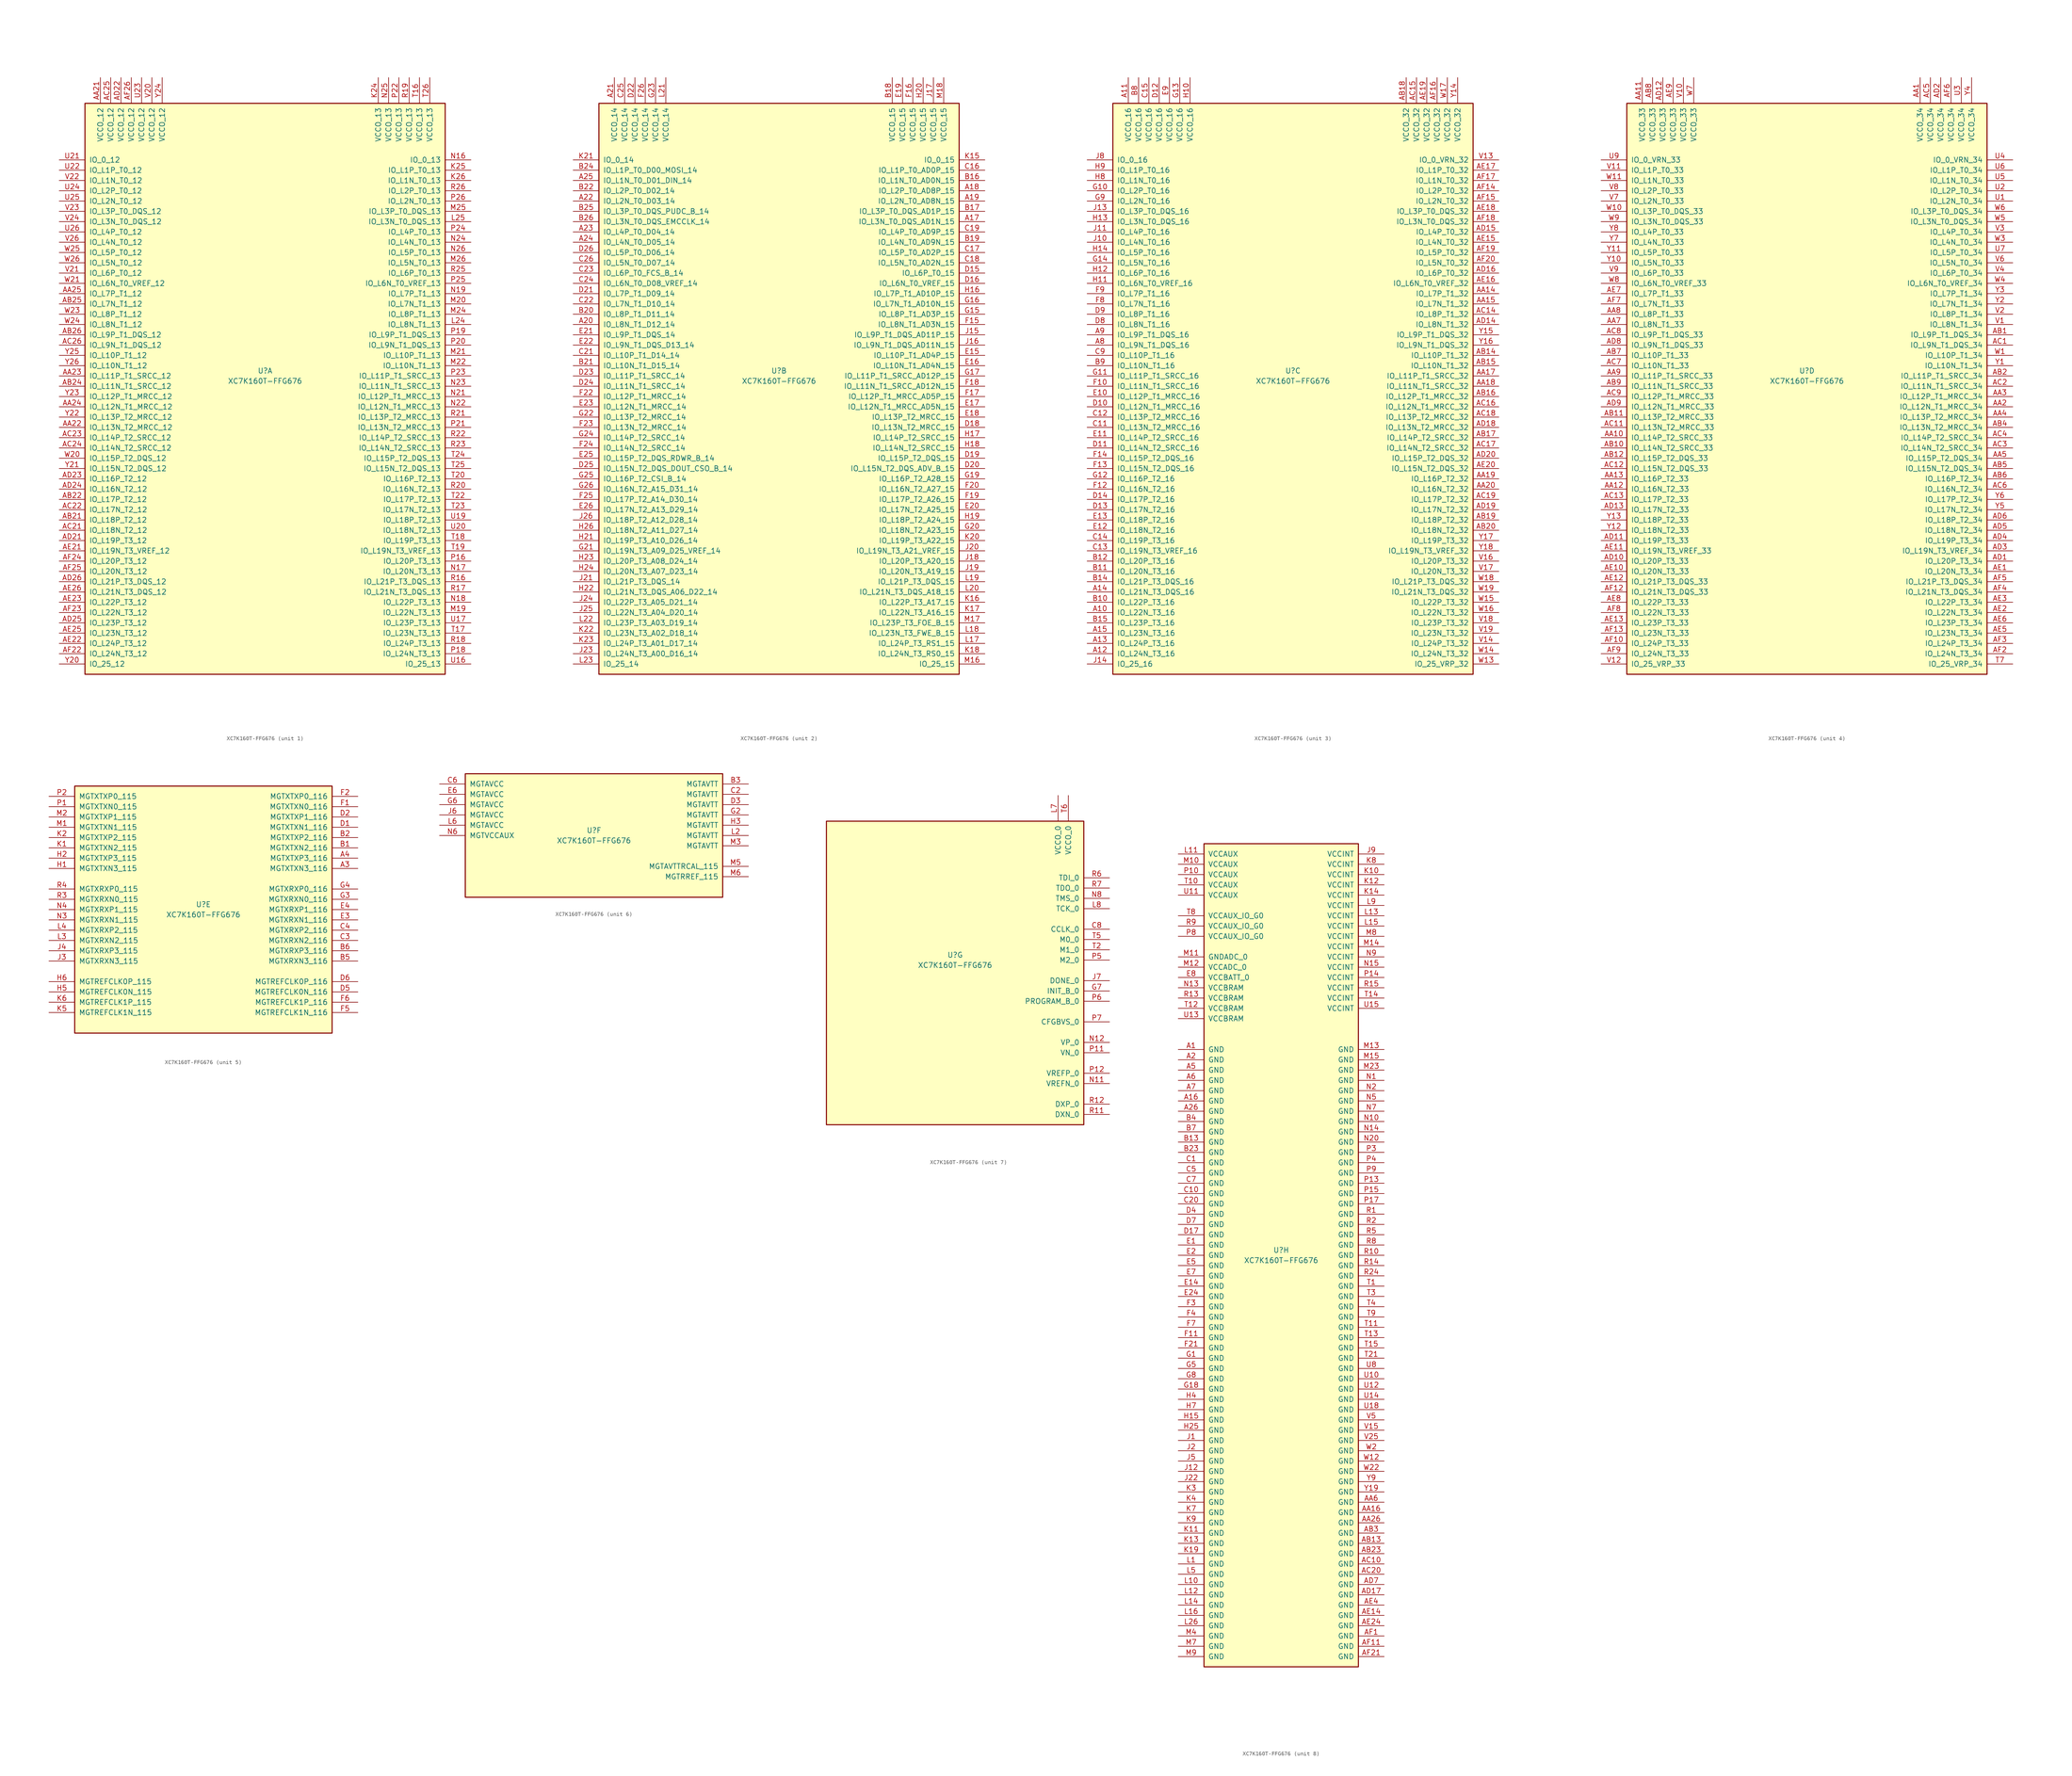
<source format=kicad_sym>
(kicad_symbol_lib
  (version 20211014)
  (generator kicad_symbol_editor)
  (symbol "XC7K160T-FFG676"
    (pin_names
      (offset 1.016))
    (property "Reference" "U"
      (at 0 1.27 0)
      (effects (font (size 1.27 1.27))))
    (property "Value" "XC7K160T-FFG676"
      (at 0 -1.27 0)
      (effects (font (size 1.27 1.27))))
    (property "Datasheet" ""
      (at 0 0 0)
      (effects (font (size 1.27 1.27))))
    (property "ki_locked" ""
      (at 0 0 0)
      (effects (font (size 1.27 1.27))))
    (symbol "XC7K160T-FFG676_1_1"
      (rectangle (start -44.45 67.31) (end 44.45 -73.66) (stroke (width 0.254) (type default) (color 0 0 0 0)) (fill (type background)))
      (pin power_in line (at -40.64 73.66 270) (length 6.35) (name "VCCO_12" (effects (font (size 1.27 1.27)))) (number "AA21" (effects (font (size 1.27 1.27)))))
      (pin bidirectional line (at -50.8 -12.7 0) (length 6.35) (name "IO_L13N_T2_MRCC_12" (effects (font (size 1.27 1.27)))) (number "AA22" (effects (font (size 1.27 1.27)))))
      (pin bidirectional line (at -50.8 0 0) (length 6.35) (name "IO_L11P_T1_SRCC_12" (effects (font (size 1.27 1.27)))) (number "AA23" (effects (font (size 1.27 1.27)))))
      (pin bidirectional line (at -50.8 -7.62 0) (length 6.35) (name "IO_L12N_T1_MRCC_12" (effects (font (size 1.27 1.27)))) (number "AA24" (effects (font (size 1.27 1.27)))))
      (pin bidirectional line (at -50.8 20.32 0) (length 6.35) (name "IO_L7P_T1_12" (effects (font (size 1.27 1.27)))) (number "AA25" (effects (font (size 1.27 1.27)))))
      (pin bidirectional line (at -50.8 -35.56 0) (length 6.35) (name "IO_L18P_T2_12" (effects (font (size 1.27 1.27)))) (number "AB21" (effects (font (size 1.27 1.27)))))
      (pin bidirectional line (at -50.8 -30.48 0) (length 6.35) (name "IO_L17P_T2_12" (effects (font (size 1.27 1.27)))) (number "AB22" (effects (font (size 1.27 1.27)))))
      (pin bidirectional line (at -50.8 -2.54 0) (length 6.35) (name "IO_L11N_T1_SRCC_12" (effects (font (size 1.27 1.27)))) (number "AB24" (effects (font (size 1.27 1.27)))))
      (pin bidirectional line (at -50.8 17.78 0) (length 6.35) (name "IO_L7N_T1_12" (effects (font (size 1.27 1.27)))) (number "AB25" (effects (font (size 1.27 1.27)))))
      (pin bidirectional line (at -50.8 10.16 0) (length 6.35) (name "IO_L9P_T1_DQS_12" (effects (font (size 1.27 1.27)))) (number "AB26" (effects (font (size 1.27 1.27)))))
      (pin bidirectional line (at -50.8 -38.1 0) (length 6.35) (name "IO_L18N_T2_12" (effects (font (size 1.27 1.27)))) (number "AC21" (effects (font (size 1.27 1.27)))))
      (pin bidirectional line (at -50.8 -33.02 0) (length 6.35) (name "IO_L17N_T2_12" (effects (font (size 1.27 1.27)))) (number "AC22" (effects (font (size 1.27 1.27)))))
      (pin bidirectional line (at -50.8 -15.24 0) (length 6.35) (name "IO_L14P_T2_SRCC_12" (effects (font (size 1.27 1.27)))) (number "AC23" (effects (font (size 1.27 1.27)))))
      (pin bidirectional line (at -50.8 -17.78 0) (length 6.35) (name "IO_L14N_T2_SRCC_12" (effects (font (size 1.27 1.27)))) (number "AC24" (effects (font (size 1.27 1.27)))))
      (pin power_in line (at -38.1 73.66 270) (length 6.35) (name "VCCO_12" (effects (font (size 1.27 1.27)))) (number "AC25" (effects (font (size 1.27 1.27)))))
      (pin bidirectional line (at -50.8 7.62 0) (length 6.35) (name "IO_L9N_T1_DQS_12" (effects (font (size 1.27 1.27)))) (number "AC26" (effects (font (size 1.27 1.27)))))
      (pin bidirectional line (at -50.8 -40.64 0) (length 6.35) (name "IO_L19P_T3_12" (effects (font (size 1.27 1.27)))) (number "AD21" (effects (font (size 1.27 1.27)))))
      (pin power_in line (at -35.56 73.66 270) (length 6.35) (name "VCCO_12" (effects (font (size 1.27 1.27)))) (number "AD22" (effects (font (size 1.27 1.27)))))
      (pin bidirectional line (at -50.8 -25.4 0) (length 6.35) (name "IO_L16P_T2_12" (effects (font (size 1.27 1.27)))) (number "AD23" (effects (font (size 1.27 1.27)))))
      (pin bidirectional line (at -50.8 -27.94 0) (length 6.35) (name "IO_L16N_T2_12" (effects (font (size 1.27 1.27)))) (number "AD24" (effects (font (size 1.27 1.27)))))
      (pin bidirectional line (at -50.8 -60.96 0) (length 6.35) (name "IO_L23P_T3_12" (effects (font (size 1.27 1.27)))) (number "AD25" (effects (font (size 1.27 1.27)))))
      (pin bidirectional line (at -50.8 -50.8 0) (length 6.35) (name "IO_L21P_T3_DQS_12" (effects (font (size 1.27 1.27)))) (number "AD26" (effects (font (size 1.27 1.27)))))
      (pin bidirectional line (at -50.8 -43.18 0) (length 6.35) (name "IO_L19N_T3_VREF_12" (effects (font (size 1.27 1.27)))) (number "AE21" (effects (font (size 1.27 1.27)))))
      (pin bidirectional line (at -50.8 -66.04 0) (length 6.35) (name "IO_L24P_T3_12" (effects (font (size 1.27 1.27)))) (number "AE22" (effects (font (size 1.27 1.27)))))
      (pin bidirectional line (at -50.8 -55.88 0) (length 6.35) (name "IO_L22P_T3_12" (effects (font (size 1.27 1.27)))) (number "AE23" (effects (font (size 1.27 1.27)))))
      (pin bidirectional line (at -50.8 -63.5 0) (length 6.35) (name "IO_L23N_T3_12" (effects (font (size 1.27 1.27)))) (number "AE25" (effects (font (size 1.27 1.27)))))
      (pin bidirectional line (at -50.8 -53.34 0) (length 6.35) (name "IO_L21N_T3_DQS_12" (effects (font (size 1.27 1.27)))) (number "AE26" (effects (font (size 1.27 1.27)))))
      (pin bidirectional line (at -50.8 -68.58 0) (length 6.35) (name "IO_L24N_T3_12" (effects (font (size 1.27 1.27)))) (number "AF22" (effects (font (size 1.27 1.27)))))
      (pin bidirectional line (at -50.8 -58.42 0) (length 6.35) (name "IO_L22N_T3_12" (effects (font (size 1.27 1.27)))) (number "AF23" (effects (font (size 1.27 1.27)))))
      (pin bidirectional line (at -50.8 -45.72 0) (length 6.35) (name "IO_L20P_T3_12" (effects (font (size 1.27 1.27)))) (number "AF24" (effects (font (size 1.27 1.27)))))
      (pin bidirectional line (at -50.8 -48.26 0) (length 6.35) (name "IO_L20N_T3_12" (effects (font (size 1.27 1.27)))) (number "AF25" (effects (font (size 1.27 1.27)))))
      (pin power_in line (at -33.02 73.66 270) (length 6.35) (name "VCCO_12" (effects (font (size 1.27 1.27)))) (number "AF26" (effects (font (size 1.27 1.27)))))
      (pin power_in line (at 27.94 73.66 270) (length 6.35) (name "VCCO_13" (effects (font (size 1.27 1.27)))) (number "K24" (effects (font (size 1.27 1.27)))))
      (pin bidirectional line (at 50.8 50.8 180) (length 6.35) (name "IO_L1P_T0_13" (effects (font (size 1.27 1.27)))) (number "K25" (effects (font (size 1.27 1.27)))))
      (pin bidirectional line (at 50.8 48.26 180) (length 6.35) (name "IO_L1N_T0_13" (effects (font (size 1.27 1.27)))) (number "K26" (effects (font (size 1.27 1.27)))))
      (pin bidirectional line (at 50.8 12.7 180) (length 6.35) (name "IO_L8N_T1_13" (effects (font (size 1.27 1.27)))) (number "L24" (effects (font (size 1.27 1.27)))))
      (pin bidirectional line (at 50.8 38.1 180) (length 6.35) (name "IO_L3N_T0_DQS_13" (effects (font (size 1.27 1.27)))) (number "L25" (effects (font (size 1.27 1.27)))))
      (pin bidirectional line (at 50.8 -58.42 180) (length 6.35) (name "IO_L22N_T3_13" (effects (font (size 1.27 1.27)))) (number "M19" (effects (font (size 1.27 1.27)))))
      (pin bidirectional line (at 50.8 17.78 180) (length 6.35) (name "IO_L7N_T1_13" (effects (font (size 1.27 1.27)))) (number "M20" (effects (font (size 1.27 1.27)))))
      (pin bidirectional line (at 50.8 5.08 180) (length 6.35) (name "IO_L10P_T1_13" (effects (font (size 1.27 1.27)))) (number "M21" (effects (font (size 1.27 1.27)))))
      (pin bidirectional line (at 50.8 2.54 180) (length 6.35) (name "IO_L10N_T1_13" (effects (font (size 1.27 1.27)))) (number "M22" (effects (font (size 1.27 1.27)))))
      (pin bidirectional line (at 50.8 15.24 180) (length 6.35) (name "IO_L8P_T1_13" (effects (font (size 1.27 1.27)))) (number "M24" (effects (font (size 1.27 1.27)))))
      (pin bidirectional line (at 50.8 40.64 180) (length 6.35) (name "IO_L3P_T0_DQS_13" (effects (font (size 1.27 1.27)))) (number "M25" (effects (font (size 1.27 1.27)))))
      (pin bidirectional line (at 50.8 27.94 180) (length 6.35) (name "IO_L5N_T0_13" (effects (font (size 1.27 1.27)))) (number "M26" (effects (font (size 1.27 1.27)))))
      (pin bidirectional line (at 50.8 53.34 180) (length 6.35) (name "IO_0_13" (effects (font (size 1.27 1.27)))) (number "N16" (effects (font (size 1.27 1.27)))))
      (pin bidirectional line (at 50.8 -48.26 180) (length 6.35) (name "IO_L20N_T3_13" (effects (font (size 1.27 1.27)))) (number "N17" (effects (font (size 1.27 1.27)))))
      (pin bidirectional line (at 50.8 -55.88 180) (length 6.35) (name "IO_L22P_T3_13" (effects (font (size 1.27 1.27)))) (number "N18" (effects (font (size 1.27 1.27)))))
      (pin bidirectional line (at 50.8 20.32 180) (length 6.35) (name "IO_L7P_T1_13" (effects (font (size 1.27 1.27)))) (number "N19" (effects (font (size 1.27 1.27)))))
      (pin bidirectional line (at 50.8 -5.08 180) (length 6.35) (name "IO_L12P_T1_MRCC_13" (effects (font (size 1.27 1.27)))) (number "N21" (effects (font (size 1.27 1.27)))))
      (pin bidirectional line (at 50.8 -7.62 180) (length 6.35) (name "IO_L12N_T1_MRCC_13" (effects (font (size 1.27 1.27)))) (number "N22" (effects (font (size 1.27 1.27)))))
      (pin bidirectional line (at 50.8 -2.54 180) (length 6.35) (name "IO_L11N_T1_SRCC_13" (effects (font (size 1.27 1.27)))) (number "N23" (effects (font (size 1.27 1.27)))))
      (pin bidirectional line (at 50.8 33.02 180) (length 6.35) (name "IO_L4N_T0_13" (effects (font (size 1.27 1.27)))) (number "N24" (effects (font (size 1.27 1.27)))))
      (pin power_in line (at 30.48 73.66 270) (length 6.35) (name "VCCO_13" (effects (font (size 1.27 1.27)))) (number "N25" (effects (font (size 1.27 1.27)))))
      (pin bidirectional line (at 50.8 30.48 180) (length 6.35) (name "IO_L5P_T0_13" (effects (font (size 1.27 1.27)))) (number "N26" (effects (font (size 1.27 1.27)))))
      (pin bidirectional line (at 50.8 -45.72 180) (length 6.35) (name "IO_L20P_T3_13" (effects (font (size 1.27 1.27)))) (number "P16" (effects (font (size 1.27 1.27)))))
      (pin bidirectional line (at 50.8 -68.58 180) (length 6.35) (name "IO_L24N_T3_13" (effects (font (size 1.27 1.27)))) (number "P18" (effects (font (size 1.27 1.27)))))
      (pin bidirectional line (at 50.8 10.16 180) (length 6.35) (name "IO_L9P_T1_DQS_13" (effects (font (size 1.27 1.27)))) (number "P19" (effects (font (size 1.27 1.27)))))
      (pin bidirectional line (at 50.8 7.62 180) (length 6.35) (name "IO_L9N_T1_DQS_13" (effects (font (size 1.27 1.27)))) (number "P20" (effects (font (size 1.27 1.27)))))
      (pin bidirectional line (at 50.8 -12.7 180) (length 6.35) (name "IO_L13N_T2_MRCC_13" (effects (font (size 1.27 1.27)))) (number "P21" (effects (font (size 1.27 1.27)))))
      (pin power_in line (at 33.02 73.66 270) (length 6.35) (name "VCCO_13" (effects (font (size 1.27 1.27)))) (number "P22" (effects (font (size 1.27 1.27)))))
      (pin bidirectional line (at 50.8 0 180) (length 6.35) (name "IO_L11P_T1_SRCC_13" (effects (font (size 1.27 1.27)))) (number "P23" (effects (font (size 1.27 1.27)))))
      (pin bidirectional line (at 50.8 35.56 180) (length 6.35) (name "IO_L4P_T0_13" (effects (font (size 1.27 1.27)))) (number "P24" (effects (font (size 1.27 1.27)))))
      (pin bidirectional line (at 50.8 22.86 180) (length 6.35) (name "IO_L6N_T0_VREF_13" (effects (font (size 1.27 1.27)))) (number "P25" (effects (font (size 1.27 1.27)))))
      (pin bidirectional line (at 50.8 43.18 180) (length 6.35) (name "IO_L2N_T0_13" (effects (font (size 1.27 1.27)))) (number "P26" (effects (font (size 1.27 1.27)))))
      (pin bidirectional line (at 50.8 -50.8 180) (length 6.35) (name "IO_L21P_T3_DQS_13" (effects (font (size 1.27 1.27)))) (number "R16" (effects (font (size 1.27 1.27)))))
      (pin bidirectional line (at 50.8 -53.34 180) (length 6.35) (name "IO_L21N_T3_DQS_13" (effects (font (size 1.27 1.27)))) (number "R17" (effects (font (size 1.27 1.27)))))
      (pin bidirectional line (at 50.8 -66.04 180) (length 6.35) (name "IO_L24P_T3_13" (effects (font (size 1.27 1.27)))) (number "R18" (effects (font (size 1.27 1.27)))))
      (pin power_in line (at 35.56 73.66 270) (length 6.35) (name "VCCO_13" (effects (font (size 1.27 1.27)))) (number "R19" (effects (font (size 1.27 1.27)))))
      (pin bidirectional line (at 50.8 -27.94 180) (length 6.35) (name "IO_L16N_T2_13" (effects (font (size 1.27 1.27)))) (number "R20" (effects (font (size 1.27 1.27)))))
      (pin bidirectional line (at 50.8 -10.16 180) (length 6.35) (name "IO_L13P_T2_MRCC_13" (effects (font (size 1.27 1.27)))) (number "R21" (effects (font (size 1.27 1.27)))))
      (pin bidirectional line (at 50.8 -15.24 180) (length 6.35) (name "IO_L14P_T2_SRCC_13" (effects (font (size 1.27 1.27)))) (number "R22" (effects (font (size 1.27 1.27)))))
      (pin bidirectional line (at 50.8 -17.78 180) (length 6.35) (name "IO_L14N_T2_SRCC_13" (effects (font (size 1.27 1.27)))) (number "R23" (effects (font (size 1.27 1.27)))))
      (pin bidirectional line (at 50.8 25.4 180) (length 6.35) (name "IO_L6P_T0_13" (effects (font (size 1.27 1.27)))) (number "R25" (effects (font (size 1.27 1.27)))))
      (pin bidirectional line (at 50.8 45.72 180) (length 6.35) (name "IO_L2P_T0_13" (effects (font (size 1.27 1.27)))) (number "R26" (effects (font (size 1.27 1.27)))))
      (pin power_in line (at 38.1 73.66 270) (length 6.35) (name "VCCO_13" (effects (font (size 1.27 1.27)))) (number "T16" (effects (font (size 1.27 1.27)))))
      (pin bidirectional line (at 50.8 -63.5 180) (length 6.35) (name "IO_L23N_T3_13" (effects (font (size 1.27 1.27)))) (number "T17" (effects (font (size 1.27 1.27)))))
      (pin bidirectional line (at 50.8 -40.64 180) (length 6.35) (name "IO_L19P_T3_13" (effects (font (size 1.27 1.27)))) (number "T18" (effects (font (size 1.27 1.27)))))
      (pin bidirectional line (at 50.8 -43.18 180) (length 6.35) (name "IO_L19N_T3_VREF_13" (effects (font (size 1.27 1.27)))) (number "T19" (effects (font (size 1.27 1.27)))))
      (pin bidirectional line (at 50.8 -25.4 180) (length 6.35) (name "IO_L16P_T2_13" (effects (font (size 1.27 1.27)))) (number "T20" (effects (font (size 1.27 1.27)))))
      (pin bidirectional line (at 50.8 -30.48 180) (length 6.35) (name "IO_L17P_T2_13" (effects (font (size 1.27 1.27)))) (number "T22" (effects (font (size 1.27 1.27)))))
      (pin bidirectional line (at 50.8 -33.02 180) (length 6.35) (name "IO_L17N_T2_13" (effects (font (size 1.27 1.27)))) (number "T23" (effects (font (size 1.27 1.27)))))
      (pin bidirectional line (at 50.8 -20.32 180) (length 6.35) (name "IO_L15P_T2_DQS_13" (effects (font (size 1.27 1.27)))) (number "T24" (effects (font (size 1.27 1.27)))))
      (pin bidirectional line (at 50.8 -22.86 180) (length 6.35) (name "IO_L15N_T2_DQS_13" (effects (font (size 1.27 1.27)))) (number "T25" (effects (font (size 1.27 1.27)))))
      (pin power_in line (at 40.64 73.66 270) (length 6.35) (name "VCCO_13" (effects (font (size 1.27 1.27)))) (number "T26" (effects (font (size 1.27 1.27)))))
      (pin bidirectional line (at 50.8 -71.12 180) (length 6.35) (name "IO_25_13" (effects (font (size 1.27 1.27)))) (number "U16" (effects (font (size 1.27 1.27)))))
      (pin bidirectional line (at 50.8 -60.96 180) (length 6.35) (name "IO_L23P_T3_13" (effects (font (size 1.27 1.27)))) (number "U17" (effects (font (size 1.27 1.27)))))
      (pin bidirectional line (at 50.8 -35.56 180) (length 6.35) (name "IO_L18P_T2_13" (effects (font (size 1.27 1.27)))) (number "U19" (effects (font (size 1.27 1.27)))))
      (pin bidirectional line (at 50.8 -38.1 180) (length 6.35) (name "IO_L18N_T2_13" (effects (font (size 1.27 1.27)))) (number "U20" (effects (font (size 1.27 1.27)))))
      (pin bidirectional line (at -50.8 53.34 0) (length 6.35) (name "IO_0_12" (effects (font (size 1.27 1.27)))) (number "U21" (effects (font (size 1.27 1.27)))))
      (pin bidirectional line (at -50.8 50.8 0) (length 6.35) (name "IO_L1P_T0_12" (effects (font (size 1.27 1.27)))) (number "U22" (effects (font (size 1.27 1.27)))))
      (pin power_in line (at -30.48 73.66 270) (length 6.35) (name "VCCO_12" (effects (font (size 1.27 1.27)))) (number "U23" (effects (font (size 1.27 1.27)))))
      (pin bidirectional line (at -50.8 45.72 0) (length 6.35) (name "IO_L2P_T0_12" (effects (font (size 1.27 1.27)))) (number "U24" (effects (font (size 1.27 1.27)))))
      (pin bidirectional line (at -50.8 43.18 0) (length 6.35) (name "IO_L2N_T0_12" (effects (font (size 1.27 1.27)))) (number "U25" (effects (font (size 1.27 1.27)))))
      (pin bidirectional line (at -50.8 35.56 0) (length 6.35) (name "IO_L4P_T0_12" (effects (font (size 1.27 1.27)))) (number "U26" (effects (font (size 1.27 1.27)))))
      (pin power_in line (at -27.94 73.66 270) (length 6.35) (name "VCCO_12" (effects (font (size 1.27 1.27)))) (number "V20" (effects (font (size 1.27 1.27)))))
      (pin bidirectional line (at -50.8 25.4 0) (length 6.35) (name "IO_L6P_T0_12" (effects (font (size 1.27 1.27)))) (number "V21" (effects (font (size 1.27 1.27)))))
      (pin bidirectional line (at -50.8 48.26 0) (length 6.35) (name "IO_L1N_T0_12" (effects (font (size 1.27 1.27)))) (number "V22" (effects (font (size 1.27 1.27)))))
      (pin bidirectional line (at -50.8 40.64 0) (length 6.35) (name "IO_L3P_T0_DQS_12" (effects (font (size 1.27 1.27)))) (number "V23" (effects (font (size 1.27 1.27)))))
      (pin bidirectional line (at -50.8 38.1 0) (length 6.35) (name "IO_L3N_T0_DQS_12" (effects (font (size 1.27 1.27)))) (number "V24" (effects (font (size 1.27 1.27)))))
      (pin bidirectional line (at -50.8 33.02 0) (length 6.35) (name "IO_L4N_T0_12" (effects (font (size 1.27 1.27)))) (number "V26" (effects (font (size 1.27 1.27)))))
      (pin bidirectional line (at -50.8 -20.32 0) (length 6.35) (name "IO_L15P_T2_DQS_12" (effects (font (size 1.27 1.27)))) (number "W20" (effects (font (size 1.27 1.27)))))
      (pin bidirectional line (at -50.8 22.86 0) (length 6.35) (name "IO_L6N_T0_VREF_12" (effects (font (size 1.27 1.27)))) (number "W21" (effects (font (size 1.27 1.27)))))
      (pin bidirectional line (at -50.8 15.24 0) (length 6.35) (name "IO_L8P_T1_12" (effects (font (size 1.27 1.27)))) (number "W23" (effects (font (size 1.27 1.27)))))
      (pin bidirectional line (at -50.8 12.7 0) (length 6.35) (name "IO_L8N_T1_12" (effects (font (size 1.27 1.27)))) (number "W24" (effects (font (size 1.27 1.27)))))
      (pin bidirectional line (at -50.8 30.48 0) (length 6.35) (name "IO_L5P_T0_12" (effects (font (size 1.27 1.27)))) (number "W25" (effects (font (size 1.27 1.27)))))
      (pin bidirectional line (at -50.8 27.94 0) (length 6.35) (name "IO_L5N_T0_12" (effects (font (size 1.27 1.27)))) (number "W26" (effects (font (size 1.27 1.27)))))
      (pin bidirectional line (at -50.8 -71.12 0) (length 6.35) (name "IO_25_12" (effects (font (size 1.27 1.27)))) (number "Y20" (effects (font (size 1.27 1.27)))))
      (pin bidirectional line (at -50.8 -22.86 0) (length 6.35) (name "IO_L15N_T2_DQS_12" (effects (font (size 1.27 1.27)))) (number "Y21" (effects (font (size 1.27 1.27)))))
      (pin bidirectional line (at -50.8 -10.16 0) (length 6.35) (name "IO_L13P_T2_MRCC_12" (effects (font (size 1.27 1.27)))) (number "Y22" (effects (font (size 1.27 1.27)))))
      (pin bidirectional line (at -50.8 -5.08 0) (length 6.35) (name "IO_L12P_T1_MRCC_12" (effects (font (size 1.27 1.27)))) (number "Y23" (effects (font (size 1.27 1.27)))))
      (pin power_in line (at -25.4 73.66 270) (length 6.35) (name "VCCO_12" (effects (font (size 1.27 1.27)))) (number "Y24" (effects (font (size 1.27 1.27)))))
      (pin bidirectional line (at -50.8 5.08 0) (length 6.35) (name "IO_L10P_T1_12" (effects (font (size 1.27 1.27)))) (number "Y25" (effects (font (size 1.27 1.27)))))
      (pin bidirectional line (at -50.8 2.54 0) (length 6.35) (name "IO_L10N_T1_12" (effects (font (size 1.27 1.27)))) (number "Y26" (effects (font (size 1.27 1.27))))))
    (symbol "XC7K160T-FFG676_2_1"
      (rectangle (start -44.45 67.31) (end 44.45 -73.66) (stroke (width 0.254) (type default) (color 0 0 0 0)) (fill (type background)))
      (pin bidirectional line (at 50.8 38.1 180) (length 6.35) (name "IO_L3N_T0_DQS_AD1N_15" (effects (font (size 1.27 1.27)))) (number "A17" (effects (font (size 1.27 1.27)))))
      (pin bidirectional line (at 50.8 45.72 180) (length 6.35) (name "IO_L2P_T0_AD8P_15" (effects (font (size 1.27 1.27)))) (number "A18" (effects (font (size 1.27 1.27)))))
      (pin bidirectional line (at 50.8 43.18 180) (length 6.35) (name "IO_L2N_T0_AD8N_15" (effects (font (size 1.27 1.27)))) (number "A19" (effects (font (size 1.27 1.27)))))
      (pin bidirectional line (at -50.8 12.7 0) (length 6.35) (name "IO_L8N_T1_D12_14" (effects (font (size 1.27 1.27)))) (number "A20" (effects (font (size 1.27 1.27)))))
      (pin power_in line (at -40.64 73.66 270) (length 6.35) (name "VCCO_14" (effects (font (size 1.27 1.27)))) (number "A21" (effects (font (size 1.27 1.27)))))
      (pin bidirectional line (at -50.8 43.18 0) (length 6.35) (name "IO_L2N_T0_D03_14" (effects (font (size 1.27 1.27)))) (number "A22" (effects (font (size 1.27 1.27)))))
      (pin bidirectional line (at -50.8 35.56 0) (length 6.35) (name "IO_L4P_T0_D04_14" (effects (font (size 1.27 1.27)))) (number "A23" (effects (font (size 1.27 1.27)))))
      (pin bidirectional line (at -50.8 33.02 0) (length 6.35) (name "IO_L4N_T0_D05_14" (effects (font (size 1.27 1.27)))) (number "A24" (effects (font (size 1.27 1.27)))))
      (pin bidirectional line (at -50.8 48.26 0) (length 6.35) (name "IO_L1N_T0_D01_DIN_14" (effects (font (size 1.27 1.27)))) (number "A25" (effects (font (size 1.27 1.27)))))
      (pin bidirectional line (at 50.8 48.26 180) (length 6.35) (name "IO_L1N_T0_AD0N_15" (effects (font (size 1.27 1.27)))) (number "B16" (effects (font (size 1.27 1.27)))))
      (pin bidirectional line (at 50.8 40.64 180) (length 6.35) (name "IO_L3P_T0_DQS_AD1P_15" (effects (font (size 1.27 1.27)))) (number "B17" (effects (font (size 1.27 1.27)))))
      (pin power_in line (at 27.94 73.66 270) (length 6.35) (name "VCCO_15" (effects (font (size 1.27 1.27)))) (number "B18" (effects (font (size 1.27 1.27)))))
      (pin bidirectional line (at 50.8 33.02 180) (length 6.35) (name "IO_L4N_T0_AD9N_15" (effects (font (size 1.27 1.27)))) (number "B19" (effects (font (size 1.27 1.27)))))
      (pin bidirectional line (at -50.8 15.24 0) (length 6.35) (name "IO_L8P_T1_D11_14" (effects (font (size 1.27 1.27)))) (number "B20" (effects (font (size 1.27 1.27)))))
      (pin bidirectional line (at -50.8 2.54 0) (length 6.35) (name "IO_L10N_T1_D15_14" (effects (font (size 1.27 1.27)))) (number "B21" (effects (font (size 1.27 1.27)))))
      (pin bidirectional line (at -50.8 45.72 0) (length 6.35) (name "IO_L2P_T0_D02_14" (effects (font (size 1.27 1.27)))) (number "B22" (effects (font (size 1.27 1.27)))))
      (pin bidirectional line (at -50.8 50.8 0) (length 6.35) (name "IO_L1P_T0_D00_MOSI_14" (effects (font (size 1.27 1.27)))) (number "B24" (effects (font (size 1.27 1.27)))))
      (pin bidirectional line (at -50.8 40.64 0) (length 6.35) (name "IO_L3P_T0_DQS_PUDC_B_14" (effects (font (size 1.27 1.27)))) (number "B25" (effects (font (size 1.27 1.27)))))
      (pin bidirectional line (at -50.8 38.1 0) (length 6.35) (name "IO_L3N_T0_DQS_EMCCLK_14" (effects (font (size 1.27 1.27)))) (number "B26" (effects (font (size 1.27 1.27)))))
      (pin bidirectional line (at 50.8 50.8 180) (length 6.35) (name "IO_L1P_T0_AD0P_15" (effects (font (size 1.27 1.27)))) (number "C16" (effects (font (size 1.27 1.27)))))
      (pin bidirectional line (at 50.8 30.48 180) (length 6.35) (name "IO_L5P_T0_AD2P_15" (effects (font (size 1.27 1.27)))) (number "C17" (effects (font (size 1.27 1.27)))))
      (pin bidirectional line (at 50.8 27.94 180) (length 6.35) (name "IO_L5N_T0_AD2N_15" (effects (font (size 1.27 1.27)))) (number "C18" (effects (font (size 1.27 1.27)))))
      (pin bidirectional line (at 50.8 35.56 180) (length 6.35) (name "IO_L4P_T0_AD9P_15" (effects (font (size 1.27 1.27)))) (number "C19" (effects (font (size 1.27 1.27)))))
      (pin bidirectional line (at -50.8 5.08 0) (length 6.35) (name "IO_L10P_T1_D14_14" (effects (font (size 1.27 1.27)))) (number "C21" (effects (font (size 1.27 1.27)))))
      (pin bidirectional line (at -50.8 17.78 0) (length 6.35) (name "IO_L7N_T1_D10_14" (effects (font (size 1.27 1.27)))) (number "C22" (effects (font (size 1.27 1.27)))))
      (pin bidirectional line (at -50.8 25.4 0) (length 6.35) (name "IO_L6P_T0_FCS_B_14" (effects (font (size 1.27 1.27)))) (number "C23" (effects (font (size 1.27 1.27)))))
      (pin bidirectional line (at -50.8 22.86 0) (length 6.35) (name "IO_L6N_T0_D08_VREF_14" (effects (font (size 1.27 1.27)))) (number "C24" (effects (font (size 1.27 1.27)))))
      (pin power_in line (at -38.1 73.66 270) (length 6.35) (name "VCCO_14" (effects (font (size 1.27 1.27)))) (number "C25" (effects (font (size 1.27 1.27)))))
      (pin bidirectional line (at -50.8 27.94 0) (length 6.35) (name "IO_L5N_T0_D07_14" (effects (font (size 1.27 1.27)))) (number "C26" (effects (font (size 1.27 1.27)))))
      (pin bidirectional line (at 50.8 25.4 180) (length 6.35) (name "IO_L6P_T0_15" (effects (font (size 1.27 1.27)))) (number "D15" (effects (font (size 1.27 1.27)))))
      (pin bidirectional line (at 50.8 22.86 180) (length 6.35) (name "IO_L6N_T0_VREF_15" (effects (font (size 1.27 1.27)))) (number "D16" (effects (font (size 1.27 1.27)))))
      (pin bidirectional line (at 50.8 -12.7 180) (length 6.35) (name "IO_L13N_T2_MRCC_15" (effects (font (size 1.27 1.27)))) (number "D18" (effects (font (size 1.27 1.27)))))
      (pin bidirectional line (at 50.8 -20.32 180) (length 6.35) (name "IO_L15P_T2_DQS_15" (effects (font (size 1.27 1.27)))) (number "D19" (effects (font (size 1.27 1.27)))))
      (pin bidirectional line (at 50.8 -22.86 180) (length 6.35) (name "IO_L15N_T2_DQS_ADV_B_15" (effects (font (size 1.27 1.27)))) (number "D20" (effects (font (size 1.27 1.27)))))
      (pin bidirectional line (at -50.8 20.32 0) (length 6.35) (name "IO_L7P_T1_D09_14" (effects (font (size 1.27 1.27)))) (number "D21" (effects (font (size 1.27 1.27)))))
      (pin power_in line (at -35.56 73.66 270) (length 6.35) (name "VCCO_14" (effects (font (size 1.27 1.27)))) (number "D22" (effects (font (size 1.27 1.27)))))
      (pin bidirectional line (at -50.8 0 0) (length 6.35) (name "IO_L11P_T1_SRCC_14" (effects (font (size 1.27 1.27)))) (number "D23" (effects (font (size 1.27 1.27)))))
      (pin bidirectional line (at -50.8 -2.54 0) (length 6.35) (name "IO_L11N_T1_SRCC_14" (effects (font (size 1.27 1.27)))) (number "D24" (effects (font (size 1.27 1.27)))))
      (pin bidirectional line (at -50.8 -22.86 0) (length 6.35) (name "IO_L15N_T2_DQS_DOUT_CSO_B_14" (effects (font (size 1.27 1.27)))) (number "D25" (effects (font (size 1.27 1.27)))))
      (pin bidirectional line (at -50.8 30.48 0) (length 6.35) (name "IO_L5P_T0_D06_14" (effects (font (size 1.27 1.27)))) (number "D26" (effects (font (size 1.27 1.27)))))
      (pin bidirectional line (at 50.8 5.08 180) (length 6.35) (name "IO_L10P_T1_AD4P_15" (effects (font (size 1.27 1.27)))) (number "E15" (effects (font (size 1.27 1.27)))))
      (pin bidirectional line (at 50.8 2.54 180) (length 6.35) (name "IO_L10N_T1_AD4N_15" (effects (font (size 1.27 1.27)))) (number "E16" (effects (font (size 1.27 1.27)))))
      (pin bidirectional line (at 50.8 -7.62 180) (length 6.35) (name "IO_L12N_T1_MRCC_AD5N_15" (effects (font (size 1.27 1.27)))) (number "E17" (effects (font (size 1.27 1.27)))))
      (pin bidirectional line (at 50.8 -10.16 180) (length 6.35) (name "IO_L13P_T2_MRCC_15" (effects (font (size 1.27 1.27)))) (number "E18" (effects (font (size 1.27 1.27)))))
      (pin power_in line (at 30.48 73.66 270) (length 6.35) (name "VCCO_15" (effects (font (size 1.27 1.27)))) (number "E19" (effects (font (size 1.27 1.27)))))
      (pin bidirectional line (at 50.8 -33.02 180) (length 6.35) (name "IO_L17N_T2_A25_15" (effects (font (size 1.27 1.27)))) (number "E20" (effects (font (size 1.27 1.27)))))
      (pin bidirectional line (at -50.8 10.16 0) (length 6.35) (name "IO_L9P_T1_DQS_14" (effects (font (size 1.27 1.27)))) (number "E21" (effects (font (size 1.27 1.27)))))
      (pin bidirectional line (at -50.8 7.62 0) (length 6.35) (name "IO_L9N_T1_DQS_D13_14" (effects (font (size 1.27 1.27)))) (number "E22" (effects (font (size 1.27 1.27)))))
      (pin bidirectional line (at -50.8 -7.62 0) (length 6.35) (name "IO_L12N_T1_MRCC_14" (effects (font (size 1.27 1.27)))) (number "E23" (effects (font (size 1.27 1.27)))))
      (pin bidirectional line (at -50.8 -20.32 0) (length 6.35) (name "IO_L15P_T2_DQS_RDWR_B_14" (effects (font (size 1.27 1.27)))) (number "E25" (effects (font (size 1.27 1.27)))))
      (pin bidirectional line (at -50.8 -33.02 0) (length 6.35) (name "IO_L17N_T2_A13_D29_14" (effects (font (size 1.27 1.27)))) (number "E26" (effects (font (size 1.27 1.27)))))
      (pin bidirectional line (at 50.8 12.7 180) (length 6.35) (name "IO_L8N_T1_AD3N_15" (effects (font (size 1.27 1.27)))) (number "F15" (effects (font (size 1.27 1.27)))))
      (pin power_in line (at 33.02 73.66 270) (length 6.35) (name "VCCO_15" (effects (font (size 1.27 1.27)))) (number "F16" (effects (font (size 1.27 1.27)))))
      (pin bidirectional line (at 50.8 -5.08 180) (length 6.35) (name "IO_L12P_T1_MRCC_AD5P_15" (effects (font (size 1.27 1.27)))) (number "F17" (effects (font (size 1.27 1.27)))))
      (pin bidirectional line (at 50.8 -2.54 180) (length 6.35) (name "IO_L11N_T1_SRCC_AD12N_15" (effects (font (size 1.27 1.27)))) (number "F18" (effects (font (size 1.27 1.27)))))
      (pin bidirectional line (at 50.8 -30.48 180) (length 6.35) (name "IO_L17P_T2_A26_15" (effects (font (size 1.27 1.27)))) (number "F19" (effects (font (size 1.27 1.27)))))
      (pin bidirectional line (at 50.8 -27.94 180) (length 6.35) (name "IO_L16N_T2_A27_15" (effects (font (size 1.27 1.27)))) (number "F20" (effects (font (size 1.27 1.27)))))
      (pin bidirectional line (at -50.8 -5.08 0) (length 6.35) (name "IO_L12P_T1_MRCC_14" (effects (font (size 1.27 1.27)))) (number "F22" (effects (font (size 1.27 1.27)))))
      (pin bidirectional line (at -50.8 -12.7 0) (length 6.35) (name "IO_L13N_T2_MRCC_14" (effects (font (size 1.27 1.27)))) (number "F23" (effects (font (size 1.27 1.27)))))
      (pin bidirectional line (at -50.8 -17.78 0) (length 6.35) (name "IO_L14N_T2_SRCC_14" (effects (font (size 1.27 1.27)))) (number "F24" (effects (font (size 1.27 1.27)))))
      (pin bidirectional line (at -50.8 -30.48 0) (length 6.35) (name "IO_L17P_T2_A14_D30_14" (effects (font (size 1.27 1.27)))) (number "F25" (effects (font (size 1.27 1.27)))))
      (pin power_in line (at -33.02 73.66 270) (length 6.35) (name "VCCO_14" (effects (font (size 1.27 1.27)))) (number "F26" (effects (font (size 1.27 1.27)))))
      (pin bidirectional line (at 50.8 15.24 180) (length 6.35) (name "IO_L8P_T1_AD3P_15" (effects (font (size 1.27 1.27)))) (number "G15" (effects (font (size 1.27 1.27)))))
      (pin bidirectional line (at 50.8 17.78 180) (length 6.35) (name "IO_L7N_T1_AD10N_15" (effects (font (size 1.27 1.27)))) (number "G16" (effects (font (size 1.27 1.27)))))
      (pin bidirectional line (at 50.8 0 180) (length 6.35) (name "IO_L11P_T1_SRCC_AD12P_15" (effects (font (size 1.27 1.27)))) (number "G17" (effects (font (size 1.27 1.27)))))
      (pin bidirectional line (at 50.8 -25.4 180) (length 6.35) (name "IO_L16P_T2_A28_15" (effects (font (size 1.27 1.27)))) (number "G19" (effects (font (size 1.27 1.27)))))
      (pin bidirectional line (at 50.8 -38.1 180) (length 6.35) (name "IO_L18N_T2_A23_15" (effects (font (size 1.27 1.27)))) (number "G20" (effects (font (size 1.27 1.27)))))
      (pin bidirectional line (at -50.8 -43.18 0) (length 6.35) (name "IO_L19N_T3_A09_D25_VREF_14" (effects (font (size 1.27 1.27)))) (number "G21" (effects (font (size 1.27 1.27)))))
      (pin bidirectional line (at -50.8 -10.16 0) (length 6.35) (name "IO_L13P_T2_MRCC_14" (effects (font (size 1.27 1.27)))) (number "G22" (effects (font (size 1.27 1.27)))))
      (pin power_in line (at -30.48 73.66 270) (length 6.35) (name "VCCO_14" (effects (font (size 1.27 1.27)))) (number "G23" (effects (font (size 1.27 1.27)))))
      (pin bidirectional line (at -50.8 -15.24 0) (length 6.35) (name "IO_L14P_T2_SRCC_14" (effects (font (size 1.27 1.27)))) (number "G24" (effects (font (size 1.27 1.27)))))
      (pin bidirectional line (at -50.8 -25.4 0) (length 6.35) (name "IO_L16P_T2_CSI_B_14" (effects (font (size 1.27 1.27)))) (number "G25" (effects (font (size 1.27 1.27)))))
      (pin bidirectional line (at -50.8 -27.94 0) (length 6.35) (name "IO_L16N_T2_A15_D31_14" (effects (font (size 1.27 1.27)))) (number "G26" (effects (font (size 1.27 1.27)))))
      (pin bidirectional line (at 50.8 20.32 180) (length 6.35) (name "IO_L7P_T1_AD10P_15" (effects (font (size 1.27 1.27)))) (number "H16" (effects (font (size 1.27 1.27)))))
      (pin bidirectional line (at 50.8 -15.24 180) (length 6.35) (name "IO_L14P_T2_SRCC_15" (effects (font (size 1.27 1.27)))) (number "H17" (effects (font (size 1.27 1.27)))))
      (pin bidirectional line (at 50.8 -17.78 180) (length 6.35) (name "IO_L14N_T2_SRCC_15" (effects (font (size 1.27 1.27)))) (number "H18" (effects (font (size 1.27 1.27)))))
      (pin bidirectional line (at 50.8 -35.56 180) (length 6.35) (name "IO_L18P_T2_A24_15" (effects (font (size 1.27 1.27)))) (number "H19" (effects (font (size 1.27 1.27)))))
      (pin power_in line (at 35.56 73.66 270) (length 6.35) (name "VCCO_15" (effects (font (size 1.27 1.27)))) (number "H20" (effects (font (size 1.27 1.27)))))
      (pin bidirectional line (at -50.8 -40.64 0) (length 6.35) (name "IO_L19P_T3_A10_D26_14" (effects (font (size 1.27 1.27)))) (number "H21" (effects (font (size 1.27 1.27)))))
      (pin bidirectional line (at -50.8 -53.34 0) (length 6.35) (name "IO_L21N_T3_DQS_A06_D22_14" (effects (font (size 1.27 1.27)))) (number "H22" (effects (font (size 1.27 1.27)))))
      (pin bidirectional line (at -50.8 -45.72 0) (length 6.35) (name "IO_L20P_T3_A08_D24_14" (effects (font (size 1.27 1.27)))) (number "H23" (effects (font (size 1.27 1.27)))))
      (pin bidirectional line (at -50.8 -48.26 0) (length 6.35) (name "IO_L20N_T3_A07_D23_14" (effects (font (size 1.27 1.27)))) (number "H24" (effects (font (size 1.27 1.27)))))
      (pin bidirectional line (at -50.8 -38.1 0) (length 6.35) (name "IO_L18N_T2_A11_D27_14" (effects (font (size 1.27 1.27)))) (number "H26" (effects (font (size 1.27 1.27)))))
      (pin bidirectional line (at 50.8 10.16 180) (length 6.35) (name "IO_L9P_T1_DQS_AD11P_15" (effects (font (size 1.27 1.27)))) (number "J15" (effects (font (size 1.27 1.27)))))
      (pin bidirectional line (at 50.8 7.62 180) (length 6.35) (name "IO_L9N_T1_DQS_AD11N_15" (effects (font (size 1.27 1.27)))) (number "J16" (effects (font (size 1.27 1.27)))))
      (pin power_in line (at 38.1 73.66 270) (length 6.35) (name "VCCO_15" (effects (font (size 1.27 1.27)))) (number "J17" (effects (font (size 1.27 1.27)))))
      (pin bidirectional line (at 50.8 -45.72 180) (length 6.35) (name "IO_L20P_T3_A20_15" (effects (font (size 1.27 1.27)))) (number "J18" (effects (font (size 1.27 1.27)))))
      (pin bidirectional line (at 50.8 -48.26 180) (length 6.35) (name "IO_L20N_T3_A19_15" (effects (font (size 1.27 1.27)))) (number "J19" (effects (font (size 1.27 1.27)))))
      (pin bidirectional line (at 50.8 -43.18 180) (length 6.35) (name "IO_L19N_T3_A21_VREF_15" (effects (font (size 1.27 1.27)))) (number "J20" (effects (font (size 1.27 1.27)))))
      (pin bidirectional line (at -50.8 -50.8 0) (length 6.35) (name "IO_L21P_T3_DQS_14" (effects (font (size 1.27 1.27)))) (number "J21" (effects (font (size 1.27 1.27)))))
      (pin bidirectional line (at -50.8 -68.58 0) (length 6.35) (name "IO_L24N_T3_A00_D16_14" (effects (font (size 1.27 1.27)))) (number "J23" (effects (font (size 1.27 1.27)))))
      (pin bidirectional line (at -50.8 -55.88 0) (length 6.35) (name "IO_L22P_T3_A05_D21_14" (effects (font (size 1.27 1.27)))) (number "J24" (effects (font (size 1.27 1.27)))))
      (pin bidirectional line (at -50.8 -58.42 0) (length 6.35) (name "IO_L22N_T3_A04_D20_14" (effects (font (size 1.27 1.27)))) (number "J25" (effects (font (size 1.27 1.27)))))
      (pin bidirectional line (at -50.8 -35.56 0) (length 6.35) (name "IO_L18P_T2_A12_D28_14" (effects (font (size 1.27 1.27)))) (number "J26" (effects (font (size 1.27 1.27)))))
      (pin bidirectional line (at 50.8 53.34 180) (length 6.35) (name "IO_0_15" (effects (font (size 1.27 1.27)))) (number "K15" (effects (font (size 1.27 1.27)))))
      (pin bidirectional line (at 50.8 -55.88 180) (length 6.35) (name "IO_L22P_T3_A17_15" (effects (font (size 1.27 1.27)))) (number "K16" (effects (font (size 1.27 1.27)))))
      (pin bidirectional line (at 50.8 -58.42 180) (length 6.35) (name "IO_L22N_T3_A16_15" (effects (font (size 1.27 1.27)))) (number "K17" (effects (font (size 1.27 1.27)))))
      (pin bidirectional line (at 50.8 -68.58 180) (length 6.35) (name "IO_L24N_T3_RS0_15" (effects (font (size 1.27 1.27)))) (number "K18" (effects (font (size 1.27 1.27)))))
      (pin bidirectional line (at 50.8 -40.64 180) (length 6.35) (name "IO_L19P_T3_A22_15" (effects (font (size 1.27 1.27)))) (number "K20" (effects (font (size 1.27 1.27)))))
      (pin bidirectional line (at -50.8 53.34 0) (length 6.35) (name "IO_0_14" (effects (font (size 1.27 1.27)))) (number "K21" (effects (font (size 1.27 1.27)))))
      (pin bidirectional line (at -50.8 -63.5 0) (length 6.35) (name "IO_L23N_T3_A02_D18_14" (effects (font (size 1.27 1.27)))) (number "K22" (effects (font (size 1.27 1.27)))))
      (pin bidirectional line (at -50.8 -66.04 0) (length 6.35) (name "IO_L24P_T3_A01_D17_14" (effects (font (size 1.27 1.27)))) (number "K23" (effects (font (size 1.27 1.27)))))
      (pin bidirectional line (at 50.8 -66.04 180) (length 6.35) (name "IO_L24P_T3_RS1_15" (effects (font (size 1.27 1.27)))) (number "L17" (effects (font (size 1.27 1.27)))))
      (pin bidirectional line (at 50.8 -63.5 180) (length 6.35) (name "IO_L23N_T3_FWE_B_15" (effects (font (size 1.27 1.27)))) (number "L18" (effects (font (size 1.27 1.27)))))
      (pin bidirectional line (at 50.8 -50.8 180) (length 6.35) (name "IO_L21P_T3_DQS_15" (effects (font (size 1.27 1.27)))) (number "L19" (effects (font (size 1.27 1.27)))))
      (pin bidirectional line (at 50.8 -53.34 180) (length 6.35) (name "IO_L21N_T3_DQS_A18_15" (effects (font (size 1.27 1.27)))) (number "L20" (effects (font (size 1.27 1.27)))))
      (pin power_in line (at -27.94 73.66 270) (length 6.35) (name "VCCO_14" (effects (font (size 1.27 1.27)))) (number "L21" (effects (font (size 1.27 1.27)))))
      (pin bidirectional line (at -50.8 -60.96 0) (length 6.35) (name "IO_L23P_T3_A03_D19_14" (effects (font (size 1.27 1.27)))) (number "L22" (effects (font (size 1.27 1.27)))))
      (pin bidirectional line (at -50.8 -71.12 0) (length 6.35) (name "IO_25_14" (effects (font (size 1.27 1.27)))) (number "L23" (effects (font (size 1.27 1.27)))))
      (pin bidirectional line (at 50.8 -71.12 180) (length 6.35) (name "IO_25_15" (effects (font (size 1.27 1.27)))) (number "M16" (effects (font (size 1.27 1.27)))))
      (pin bidirectional line (at 50.8 -60.96 180) (length 6.35) (name "IO_L23P_T3_FOE_B_15" (effects (font (size 1.27 1.27)))) (number "M17" (effects (font (size 1.27 1.27)))))
      (pin power_in line (at 40.64 73.66 270) (length 6.35) (name "VCCO_15" (effects (font (size 1.27 1.27)))) (number "M18" (effects (font (size 1.27 1.27))))))
    (symbol "XC7K160T-FFG676_3_1"
      (rectangle (start -44.45 67.31) (end 44.45 -73.66) (stroke (width 0.254) (type default) (color 0 0 0 0)) (fill (type background)))
      (pin bidirectional line (at -50.8 -58.42 0) (length 6.35) (name "IO_L22N_T3_16" (effects (font (size 1.27 1.27)))) (number "A10" (effects (font (size 1.27 1.27)))))
      (pin power_in line (at -40.64 73.66 270) (length 6.35) (name "VCCO_16" (effects (font (size 1.27 1.27)))) (number "A11" (effects (font (size 1.27 1.27)))))
      (pin bidirectional line (at -50.8 -68.58 0) (length 6.35) (name "IO_L24N_T3_16" (effects (font (size 1.27 1.27)))) (number "A12" (effects (font (size 1.27 1.27)))))
      (pin bidirectional line (at -50.8 -66.04 0) (length 6.35) (name "IO_L24P_T3_16" (effects (font (size 1.27 1.27)))) (number "A13" (effects (font (size 1.27 1.27)))))
      (pin bidirectional line (at -50.8 -53.34 0) (length 6.35) (name "IO_L21N_T3_DQS_16" (effects (font (size 1.27 1.27)))) (number "A14" (effects (font (size 1.27 1.27)))))
      (pin bidirectional line (at -50.8 -63.5 0) (length 6.35) (name "IO_L23N_T3_16" (effects (font (size 1.27 1.27)))) (number "A15" (effects (font (size 1.27 1.27)))))
      (pin bidirectional line (at -50.8 7.62 0) (length 6.35) (name "IO_L9N_T1_DQS_16" (effects (font (size 1.27 1.27)))) (number "A8" (effects (font (size 1.27 1.27)))))
      (pin bidirectional line (at -50.8 10.16 0) (length 6.35) (name "IO_L9P_T1_DQS_16" (effects (font (size 1.27 1.27)))) (number "A9" (effects (font (size 1.27 1.27)))))
      (pin bidirectional line (at 50.8 20.32 180) (length 6.35) (name "IO_L7P_T1_32" (effects (font (size 1.27 1.27)))) (number "AA14" (effects (font (size 1.27 1.27)))))
      (pin bidirectional line (at 50.8 17.78 180) (length 6.35) (name "IO_L7N_T1_32" (effects (font (size 1.27 1.27)))) (number "AA15" (effects (font (size 1.27 1.27)))))
      (pin bidirectional line (at 50.8 0 180) (length 6.35) (name "IO_L11P_T1_SRCC_32" (effects (font (size 1.27 1.27)))) (number "AA17" (effects (font (size 1.27 1.27)))))
      (pin bidirectional line (at 50.8 -2.54 180) (length 6.35) (name "IO_L11N_T1_SRCC_32" (effects (font (size 1.27 1.27)))) (number "AA18" (effects (font (size 1.27 1.27)))))
      (pin bidirectional line (at 50.8 -25.4 180) (length 6.35) (name "IO_L16P_T2_32" (effects (font (size 1.27 1.27)))) (number "AA19" (effects (font (size 1.27 1.27)))))
      (pin bidirectional line (at 50.8 -27.94 180) (length 6.35) (name "IO_L16N_T2_32" (effects (font (size 1.27 1.27)))) (number "AA20" (effects (font (size 1.27 1.27)))))
      (pin bidirectional line (at 50.8 5.08 180) (length 6.35) (name "IO_L10P_T1_32" (effects (font (size 1.27 1.27)))) (number "AB14" (effects (font (size 1.27 1.27)))))
      (pin bidirectional line (at 50.8 2.54 180) (length 6.35) (name "IO_L10N_T1_32" (effects (font (size 1.27 1.27)))) (number "AB15" (effects (font (size 1.27 1.27)))))
      (pin bidirectional line (at 50.8 -5.08 180) (length 6.35) (name "IO_L12P_T1_MRCC_32" (effects (font (size 1.27 1.27)))) (number "AB16" (effects (font (size 1.27 1.27)))))
      (pin bidirectional line (at 50.8 -15.24 180) (length 6.35) (name "IO_L14P_T2_SRCC_32" (effects (font (size 1.27 1.27)))) (number "AB17" (effects (font (size 1.27 1.27)))))
      (pin power_in line (at 27.94 73.66 270) (length 6.35) (name "VCCO_32" (effects (font (size 1.27 1.27)))) (number "AB18" (effects (font (size 1.27 1.27)))))
      (pin bidirectional line (at 50.8 -35.56 180) (length 6.35) (name "IO_L18P_T2_32" (effects (font (size 1.27 1.27)))) (number "AB19" (effects (font (size 1.27 1.27)))))
      (pin bidirectional line (at 50.8 -38.1 180) (length 6.35) (name "IO_L18N_T2_32" (effects (font (size 1.27 1.27)))) (number "AB20" (effects (font (size 1.27 1.27)))))
      (pin bidirectional line (at 50.8 15.24 180) (length 6.35) (name "IO_L8P_T1_32" (effects (font (size 1.27 1.27)))) (number "AC14" (effects (font (size 1.27 1.27)))))
      (pin power_in line (at 30.48 73.66 270) (length 6.35) (name "VCCO_32" (effects (font (size 1.27 1.27)))) (number "AC15" (effects (font (size 1.27 1.27)))))
      (pin bidirectional line (at 50.8 -7.62 180) (length 6.35) (name "IO_L12N_T1_MRCC_32" (effects (font (size 1.27 1.27)))) (number "AC16" (effects (font (size 1.27 1.27)))))
      (pin bidirectional line (at 50.8 -17.78 180) (length 6.35) (name "IO_L14N_T2_SRCC_32" (effects (font (size 1.27 1.27)))) (number "AC17" (effects (font (size 1.27 1.27)))))
      (pin bidirectional line (at 50.8 -10.16 180) (length 6.35) (name "IO_L13P_T2_MRCC_32" (effects (font (size 1.27 1.27)))) (number "AC18" (effects (font (size 1.27 1.27)))))
      (pin bidirectional line (at 50.8 -30.48 180) (length 6.35) (name "IO_L17P_T2_32" (effects (font (size 1.27 1.27)))) (number "AC19" (effects (font (size 1.27 1.27)))))
      (pin bidirectional line (at 50.8 12.7 180) (length 6.35) (name "IO_L8N_T1_32" (effects (font (size 1.27 1.27)))) (number "AD14" (effects (font (size 1.27 1.27)))))
      (pin bidirectional line (at 50.8 35.56 180) (length 6.35) (name "IO_L4P_T0_32" (effects (font (size 1.27 1.27)))) (number "AD15" (effects (font (size 1.27 1.27)))))
      (pin bidirectional line (at 50.8 25.4 180) (length 6.35) (name "IO_L6P_T0_32" (effects (font (size 1.27 1.27)))) (number "AD16" (effects (font (size 1.27 1.27)))))
      (pin bidirectional line (at 50.8 -12.7 180) (length 6.35) (name "IO_L13N_T2_MRCC_32" (effects (font (size 1.27 1.27)))) (number "AD18" (effects (font (size 1.27 1.27)))))
      (pin bidirectional line (at 50.8 -33.02 180) (length 6.35) (name "IO_L17N_T2_32" (effects (font (size 1.27 1.27)))) (number "AD19" (effects (font (size 1.27 1.27)))))
      (pin bidirectional line (at 50.8 -20.32 180) (length 6.35) (name "IO_L15P_T2_DQS_32" (effects (font (size 1.27 1.27)))) (number "AD20" (effects (font (size 1.27 1.27)))))
      (pin bidirectional line (at 50.8 33.02 180) (length 6.35) (name "IO_L4N_T0_32" (effects (font (size 1.27 1.27)))) (number "AE15" (effects (font (size 1.27 1.27)))))
      (pin bidirectional line (at 50.8 22.86 180) (length 6.35) (name "IO_L6N_T0_VREF_32" (effects (font (size 1.27 1.27)))) (number "AE16" (effects (font (size 1.27 1.27)))))
      (pin bidirectional line (at 50.8 50.8 180) (length 6.35) (name "IO_L1P_T0_32" (effects (font (size 1.27 1.27)))) (number "AE17" (effects (font (size 1.27 1.27)))))
      (pin bidirectional line (at 50.8 40.64 180) (length 6.35) (name "IO_L3P_T0_DQS_32" (effects (font (size 1.27 1.27)))) (number "AE18" (effects (font (size 1.27 1.27)))))
      (pin power_in line (at 33.02 73.66 270) (length 6.35) (name "VCCO_32" (effects (font (size 1.27 1.27)))) (number "AE19" (effects (font (size 1.27 1.27)))))
      (pin bidirectional line (at 50.8 -22.86 180) (length 6.35) (name "IO_L15N_T2_DQS_32" (effects (font (size 1.27 1.27)))) (number "AE20" (effects (font (size 1.27 1.27)))))
      (pin bidirectional line (at 50.8 45.72 180) (length 6.35) (name "IO_L2P_T0_32" (effects (font (size 1.27 1.27)))) (number "AF14" (effects (font (size 1.27 1.27)))))
      (pin bidirectional line (at 50.8 43.18 180) (length 6.35) (name "IO_L2N_T0_32" (effects (font (size 1.27 1.27)))) (number "AF15" (effects (font (size 1.27 1.27)))))
      (pin power_in line (at 35.56 73.66 270) (length 6.35) (name "VCCO_32" (effects (font (size 1.27 1.27)))) (number "AF16" (effects (font (size 1.27 1.27)))))
      (pin bidirectional line (at 50.8 48.26 180) (length 6.35) (name "IO_L1N_T0_32" (effects (font (size 1.27 1.27)))) (number "AF17" (effects (font (size 1.27 1.27)))))
      (pin bidirectional line (at 50.8 38.1 180) (length 6.35) (name "IO_L3N_T0_DQS_32" (effects (font (size 1.27 1.27)))) (number "AF18" (effects (font (size 1.27 1.27)))))
      (pin bidirectional line (at 50.8 30.48 180) (length 6.35) (name "IO_L5P_T0_32" (effects (font (size 1.27 1.27)))) (number "AF19" (effects (font (size 1.27 1.27)))))
      (pin bidirectional line (at 50.8 27.94 180) (length 6.35) (name "IO_L5N_T0_32" (effects (font (size 1.27 1.27)))) (number "AF20" (effects (font (size 1.27 1.27)))))
      (pin bidirectional line (at -50.8 -55.88 0) (length 6.35) (name "IO_L22P_T3_16" (effects (font (size 1.27 1.27)))) (number "B10" (effects (font (size 1.27 1.27)))))
      (pin bidirectional line (at -50.8 -48.26 0) (length 6.35) (name "IO_L20N_T3_16" (effects (font (size 1.27 1.27)))) (number "B11" (effects (font (size 1.27 1.27)))))
      (pin bidirectional line (at -50.8 -45.72 0) (length 6.35) (name "IO_L20P_T3_16" (effects (font (size 1.27 1.27)))) (number "B12" (effects (font (size 1.27 1.27)))))
      (pin bidirectional line (at -50.8 -50.8 0) (length 6.35) (name "IO_L21P_T3_DQS_16" (effects (font (size 1.27 1.27)))) (number "B14" (effects (font (size 1.27 1.27)))))
      (pin bidirectional line (at -50.8 -60.96 0) (length 6.35) (name "IO_L23P_T3_16" (effects (font (size 1.27 1.27)))) (number "B15" (effects (font (size 1.27 1.27)))))
      (pin power_in line (at -38.1 73.66 270) (length 6.35) (name "VCCO_16" (effects (font (size 1.27 1.27)))) (number "B8" (effects (font (size 1.27 1.27)))))
      (pin bidirectional line (at -50.8 2.54 0) (length 6.35) (name "IO_L10N_T1_16" (effects (font (size 1.27 1.27)))) (number "B9" (effects (font (size 1.27 1.27)))))
      (pin bidirectional line (at -50.8 -12.7 0) (length 6.35) (name "IO_L13N_T2_MRCC_16" (effects (font (size 1.27 1.27)))) (number "C11" (effects (font (size 1.27 1.27)))))
      (pin bidirectional line (at -50.8 -10.16 0) (length 6.35) (name "IO_L13P_T2_MRCC_16" (effects (font (size 1.27 1.27)))) (number "C12" (effects (font (size 1.27 1.27)))))
      (pin bidirectional line (at -50.8 -43.18 0) (length 6.35) (name "IO_L19N_T3_VREF_16" (effects (font (size 1.27 1.27)))) (number "C13" (effects (font (size 1.27 1.27)))))
      (pin bidirectional line (at -50.8 -40.64 0) (length 6.35) (name "IO_L19P_T3_16" (effects (font (size 1.27 1.27)))) (number "C14" (effects (font (size 1.27 1.27)))))
      (pin power_in line (at -35.56 73.66 270) (length 6.35) (name "VCCO_16" (effects (font (size 1.27 1.27)))) (number "C15" (effects (font (size 1.27 1.27)))))
      (pin bidirectional line (at -50.8 5.08 0) (length 6.35) (name "IO_L10P_T1_16" (effects (font (size 1.27 1.27)))) (number "C9" (effects (font (size 1.27 1.27)))))
      (pin bidirectional line (at -50.8 -7.62 0) (length 6.35) (name "IO_L12N_T1_MRCC_16" (effects (font (size 1.27 1.27)))) (number "D10" (effects (font (size 1.27 1.27)))))
      (pin bidirectional line (at -50.8 -17.78 0) (length 6.35) (name "IO_L14N_T2_SRCC_16" (effects (font (size 1.27 1.27)))) (number "D11" (effects (font (size 1.27 1.27)))))
      (pin power_in line (at -33.02 73.66 270) (length 6.35) (name "VCCO_16" (effects (font (size 1.27 1.27)))) (number "D12" (effects (font (size 1.27 1.27)))))
      (pin bidirectional line (at -50.8 -33.02 0) (length 6.35) (name "IO_L17N_T2_16" (effects (font (size 1.27 1.27)))) (number "D13" (effects (font (size 1.27 1.27)))))
      (pin bidirectional line (at -50.8 -30.48 0) (length 6.35) (name "IO_L17P_T2_16" (effects (font (size 1.27 1.27)))) (number "D14" (effects (font (size 1.27 1.27)))))
      (pin bidirectional line (at -50.8 12.7 0) (length 6.35) (name "IO_L8N_T1_16" (effects (font (size 1.27 1.27)))) (number "D8" (effects (font (size 1.27 1.27)))))
      (pin bidirectional line (at -50.8 15.24 0) (length 6.35) (name "IO_L8P_T1_16" (effects (font (size 1.27 1.27)))) (number "D9" (effects (font (size 1.27 1.27)))))
      (pin bidirectional line (at -50.8 -5.08 0) (length 6.35) (name "IO_L12P_T1_MRCC_16" (effects (font (size 1.27 1.27)))) (number "E10" (effects (font (size 1.27 1.27)))))
      (pin bidirectional line (at -50.8 -15.24 0) (length 6.35) (name "IO_L14P_T2_SRCC_16" (effects (font (size 1.27 1.27)))) (number "E11" (effects (font (size 1.27 1.27)))))
      (pin bidirectional line (at -50.8 -38.1 0) (length 6.35) (name "IO_L18N_T2_16" (effects (font (size 1.27 1.27)))) (number "E12" (effects (font (size 1.27 1.27)))))
      (pin bidirectional line (at -50.8 -35.56 0) (length 6.35) (name "IO_L18P_T2_16" (effects (font (size 1.27 1.27)))) (number "E13" (effects (font (size 1.27 1.27)))))
      (pin power_in line (at -30.48 73.66 270) (length 6.35) (name "VCCO_16" (effects (font (size 1.27 1.27)))) (number "E9" (effects (font (size 1.27 1.27)))))
      (pin bidirectional line (at -50.8 -2.54 0) (length 6.35) (name "IO_L11N_T1_SRCC_16" (effects (font (size 1.27 1.27)))) (number "F10" (effects (font (size 1.27 1.27)))))
      (pin bidirectional line (at -50.8 -27.94 0) (length 6.35) (name "IO_L16N_T2_16" (effects (font (size 1.27 1.27)))) (number "F12" (effects (font (size 1.27 1.27)))))
      (pin bidirectional line (at -50.8 -22.86 0) (length 6.35) (name "IO_L15N_T2_DQS_16" (effects (font (size 1.27 1.27)))) (number "F13" (effects (font (size 1.27 1.27)))))
      (pin bidirectional line (at -50.8 -20.32 0) (length 6.35) (name "IO_L15P_T2_DQS_16" (effects (font (size 1.27 1.27)))) (number "F14" (effects (font (size 1.27 1.27)))))
      (pin bidirectional line (at -50.8 17.78 0) (length 6.35) (name "IO_L7N_T1_16" (effects (font (size 1.27 1.27)))) (number "F8" (effects (font (size 1.27 1.27)))))
      (pin bidirectional line (at -50.8 20.32 0) (length 6.35) (name "IO_L7P_T1_16" (effects (font (size 1.27 1.27)))) (number "F9" (effects (font (size 1.27 1.27)))))
      (pin bidirectional line (at -50.8 45.72 0) (length 6.35) (name "IO_L2P_T0_16" (effects (font (size 1.27 1.27)))) (number "G10" (effects (font (size 1.27 1.27)))))
      (pin bidirectional line (at -50.8 0 0) (length 6.35) (name "IO_L11P_T1_SRCC_16" (effects (font (size 1.27 1.27)))) (number "G11" (effects (font (size 1.27 1.27)))))
      (pin bidirectional line (at -50.8 -25.4 0) (length 6.35) (name "IO_L16P_T2_16" (effects (font (size 1.27 1.27)))) (number "G12" (effects (font (size 1.27 1.27)))))
      (pin power_in line (at -27.94 73.66 270) (length 6.35) (name "VCCO_16" (effects (font (size 1.27 1.27)))) (number "G13" (effects (font (size 1.27 1.27)))))
      (pin bidirectional line (at -50.8 27.94 0) (length 6.35) (name "IO_L5N_T0_16" (effects (font (size 1.27 1.27)))) (number "G14" (effects (font (size 1.27 1.27)))))
      (pin bidirectional line (at -50.8 43.18 0) (length 6.35) (name "IO_L2N_T0_16" (effects (font (size 1.27 1.27)))) (number "G9" (effects (font (size 1.27 1.27)))))
      (pin power_in line (at -25.4 73.66 270) (length 6.35) (name "VCCO_16" (effects (font (size 1.27 1.27)))) (number "H10" (effects (font (size 1.27 1.27)))))
      (pin bidirectional line (at -50.8 22.86 0) (length 6.35) (name "IO_L6N_T0_VREF_16" (effects (font (size 1.27 1.27)))) (number "H11" (effects (font (size 1.27 1.27)))))
      (pin bidirectional line (at -50.8 25.4 0) (length 6.35) (name "IO_L6P_T0_16" (effects (font (size 1.27 1.27)))) (number "H12" (effects (font (size 1.27 1.27)))))
      (pin bidirectional line (at -50.8 38.1 0) (length 6.35) (name "IO_L3N_T0_DQS_16" (effects (font (size 1.27 1.27)))) (number "H13" (effects (font (size 1.27 1.27)))))
      (pin bidirectional line (at -50.8 30.48 0) (length 6.35) (name "IO_L5P_T0_16" (effects (font (size 1.27 1.27)))) (number "H14" (effects (font (size 1.27 1.27)))))
      (pin bidirectional line (at -50.8 48.26 0) (length 6.35) (name "IO_L1N_T0_16" (effects (font (size 1.27 1.27)))) (number "H8" (effects (font (size 1.27 1.27)))))
      (pin bidirectional line (at -50.8 50.8 0) (length 6.35) (name "IO_L1P_T0_16" (effects (font (size 1.27 1.27)))) (number "H9" (effects (font (size 1.27 1.27)))))
      (pin bidirectional line (at -50.8 33.02 0) (length 6.35) (name "IO_L4N_T0_16" (effects (font (size 1.27 1.27)))) (number "J10" (effects (font (size 1.27 1.27)))))
      (pin bidirectional line (at -50.8 35.56 0) (length 6.35) (name "IO_L4P_T0_16" (effects (font (size 1.27 1.27)))) (number "J11" (effects (font (size 1.27 1.27)))))
      (pin bidirectional line (at -50.8 40.64 0) (length 6.35) (name "IO_L3P_T0_DQS_16" (effects (font (size 1.27 1.27)))) (number "J13" (effects (font (size 1.27 1.27)))))
      (pin bidirectional line (at -50.8 -71.12 0) (length 6.35) (name "IO_25_16" (effects (font (size 1.27 1.27)))) (number "J14" (effects (font (size 1.27 1.27)))))
      (pin bidirectional line (at -50.8 53.34 0) (length 6.35) (name "IO_0_16" (effects (font (size 1.27 1.27)))) (number "J8" (effects (font (size 1.27 1.27)))))
      (pin bidirectional line (at 50.8 53.34 180) (length 6.35) (name "IO_0_VRN_32" (effects (font (size 1.27 1.27)))) (number "V13" (effects (font (size 1.27 1.27)))))
      (pin bidirectional line (at 50.8 -66.04 180) (length 6.35) (name "IO_L24P_T3_32" (effects (font (size 1.27 1.27)))) (number "V14" (effects (font (size 1.27 1.27)))))
      (pin bidirectional line (at 50.8 -45.72 180) (length 6.35) (name "IO_L20P_T3_32" (effects (font (size 1.27 1.27)))) (number "V16" (effects (font (size 1.27 1.27)))))
      (pin bidirectional line (at 50.8 -48.26 180) (length 6.35) (name "IO_L20N_T3_32" (effects (font (size 1.27 1.27)))) (number "V17" (effects (font (size 1.27 1.27)))))
      (pin bidirectional line (at 50.8 -60.96 180) (length 6.35) (name "IO_L23P_T3_32" (effects (font (size 1.27 1.27)))) (number "V18" (effects (font (size 1.27 1.27)))))
      (pin bidirectional line (at 50.8 -63.5 180) (length 6.35) (name "IO_L23N_T3_32" (effects (font (size 1.27 1.27)))) (number "V19" (effects (font (size 1.27 1.27)))))
      (pin bidirectional line (at 50.8 -71.12 180) (length 6.35) (name "IO_25_VRP_32" (effects (font (size 1.27 1.27)))) (number "W13" (effects (font (size 1.27 1.27)))))
      (pin bidirectional line (at 50.8 -68.58 180) (length 6.35) (name "IO_L24N_T3_32" (effects (font (size 1.27 1.27)))) (number "W14" (effects (font (size 1.27 1.27)))))
      (pin bidirectional line (at 50.8 -55.88 180) (length 6.35) (name "IO_L22P_T3_32" (effects (font (size 1.27 1.27)))) (number "W15" (effects (font (size 1.27 1.27)))))
      (pin bidirectional line (at 50.8 -58.42 180) (length 6.35) (name "IO_L22N_T3_32" (effects (font (size 1.27 1.27)))) (number "W16" (effects (font (size 1.27 1.27)))))
      (pin power_in line (at 38.1 73.66 270) (length 6.35) (name "VCCO_32" (effects (font (size 1.27 1.27)))) (number "W17" (effects (font (size 1.27 1.27)))))
      (pin bidirectional line (at 50.8 -50.8 180) (length 6.35) (name "IO_L21P_T3_DQS_32" (effects (font (size 1.27 1.27)))) (number "W18" (effects (font (size 1.27 1.27)))))
      (pin bidirectional line (at 50.8 -53.34 180) (length 6.35) (name "IO_L21N_T3_DQS_32" (effects (font (size 1.27 1.27)))) (number "W19" (effects (font (size 1.27 1.27)))))
      (pin power_in line (at 40.64 73.66 270) (length 6.35) (name "VCCO_32" (effects (font (size 1.27 1.27)))) (number "Y14" (effects (font (size 1.27 1.27)))))
      (pin bidirectional line (at 50.8 10.16 180) (length 6.35) (name "IO_L9P_T1_DQS_32" (effects (font (size 1.27 1.27)))) (number "Y15" (effects (font (size 1.27 1.27)))))
      (pin bidirectional line (at 50.8 7.62 180) (length 6.35) (name "IO_L9N_T1_DQS_32" (effects (font (size 1.27 1.27)))) (number "Y16" (effects (font (size 1.27 1.27)))))
      (pin bidirectional line (at 50.8 -40.64 180) (length 6.35) (name "IO_L19P_T3_32" (effects (font (size 1.27 1.27)))) (number "Y17" (effects (font (size 1.27 1.27)))))
      (pin bidirectional line (at 50.8 -43.18 180) (length 6.35) (name "IO_L19N_T3_VREF_32" (effects (font (size 1.27 1.27)))) (number "Y18" (effects (font (size 1.27 1.27))))))
    (symbol "XC7K160T-FFG676_4_1"
      (rectangle (start -44.45 67.31) (end 44.45 -73.66) (stroke (width 0.254) (type default) (color 0 0 0 0)) (fill (type background)))
      (pin power_in line (at 27.94 73.66 270) (length 6.35) (name "VCCO_34" (effects (font (size 1.27 1.27)))) (number "AA1" (effects (font (size 1.27 1.27)))))
      (pin bidirectional line (at -50.8 -15.24 0) (length 6.35) (name "IO_L14P_T2_SRCC_33" (effects (font (size 1.27 1.27)))) (number "AA10" (effects (font (size 1.27 1.27)))))
      (pin power_in line (at -40.64 73.66 270) (length 6.35) (name "VCCO_33" (effects (font (size 1.27 1.27)))) (number "AA11" (effects (font (size 1.27 1.27)))))
      (pin bidirectional line (at -50.8 -27.94 0) (length 6.35) (name "IO_L16N_T2_33" (effects (font (size 1.27 1.27)))) (number "AA12" (effects (font (size 1.27 1.27)))))
      (pin bidirectional line (at -50.8 -25.4 0) (length 6.35) (name "IO_L16P_T2_33" (effects (font (size 1.27 1.27)))) (number "AA13" (effects (font (size 1.27 1.27)))))
      (pin bidirectional line (at 50.8 -7.62 180) (length 6.35) (name "IO_L12N_T1_MRCC_34" (effects (font (size 1.27 1.27)))) (number "AA2" (effects (font (size 1.27 1.27)))))
      (pin bidirectional line (at 50.8 -5.08 180) (length 6.35) (name "IO_L12P_T1_MRCC_34" (effects (font (size 1.27 1.27)))) (number "AA3" (effects (font (size 1.27 1.27)))))
      (pin bidirectional line (at 50.8 -10.16 180) (length 6.35) (name "IO_L13P_T2_MRCC_34" (effects (font (size 1.27 1.27)))) (number "AA4" (effects (font (size 1.27 1.27)))))
      (pin bidirectional line (at 50.8 -20.32 180) (length 6.35) (name "IO_L15P_T2_DQS_34" (effects (font (size 1.27 1.27)))) (number "AA5" (effects (font (size 1.27 1.27)))))
      (pin bidirectional line (at -50.8 12.7 0) (length 6.35) (name "IO_L8N_T1_33" (effects (font (size 1.27 1.27)))) (number "AA7" (effects (font (size 1.27 1.27)))))
      (pin bidirectional line (at -50.8 15.24 0) (length 6.35) (name "IO_L8P_T1_33" (effects (font (size 1.27 1.27)))) (number "AA8" (effects (font (size 1.27 1.27)))))
      (pin bidirectional line (at -50.8 0 0) (length 6.35) (name "IO_L11P_T1_SRCC_33" (effects (font (size 1.27 1.27)))) (number "AA9" (effects (font (size 1.27 1.27)))))
      (pin bidirectional line (at 50.8 10.16 180) (length 6.35) (name "IO_L9P_T1_DQS_34" (effects (font (size 1.27 1.27)))) (number "AB1" (effects (font (size 1.27 1.27)))))
      (pin bidirectional line (at -50.8 -17.78 0) (length 6.35) (name "IO_L14N_T2_SRCC_33" (effects (font (size 1.27 1.27)))) (number "AB10" (effects (font (size 1.27 1.27)))))
      (pin bidirectional line (at -50.8 -10.16 0) (length 6.35) (name "IO_L13P_T2_MRCC_33" (effects (font (size 1.27 1.27)))) (number "AB11" (effects (font (size 1.27 1.27)))))
      (pin bidirectional line (at -50.8 -20.32 0) (length 6.35) (name "IO_L15P_T2_DQS_33" (effects (font (size 1.27 1.27)))) (number "AB12" (effects (font (size 1.27 1.27)))))
      (pin bidirectional line (at 50.8 0 180) (length 6.35) (name "IO_L11P_T1_SRCC_34" (effects (font (size 1.27 1.27)))) (number "AB2" (effects (font (size 1.27 1.27)))))
      (pin bidirectional line (at 50.8 -12.7 180) (length 6.35) (name "IO_L13N_T2_MRCC_34" (effects (font (size 1.27 1.27)))) (number "AB4" (effects (font (size 1.27 1.27)))))
      (pin bidirectional line (at 50.8 -22.86 180) (length 6.35) (name "IO_L15N_T2_DQS_34" (effects (font (size 1.27 1.27)))) (number "AB5" (effects (font (size 1.27 1.27)))))
      (pin bidirectional line (at 50.8 -25.4 180) (length 6.35) (name "IO_L16P_T2_34" (effects (font (size 1.27 1.27)))) (number "AB6" (effects (font (size 1.27 1.27)))))
      (pin bidirectional line (at -50.8 5.08 0) (length 6.35) (name "IO_L10P_T1_33" (effects (font (size 1.27 1.27)))) (number "AB7" (effects (font (size 1.27 1.27)))))
      (pin power_in line (at -38.1 73.66 270) (length 6.35) (name "VCCO_33" (effects (font (size 1.27 1.27)))) (number "AB8" (effects (font (size 1.27 1.27)))))
      (pin bidirectional line (at -50.8 -2.54 0) (length 6.35) (name "IO_L11N_T1_SRCC_33" (effects (font (size 1.27 1.27)))) (number "AB9" (effects (font (size 1.27 1.27)))))
      (pin bidirectional line (at 50.8 7.62 180) (length 6.35) (name "IO_L9N_T1_DQS_34" (effects (font (size 1.27 1.27)))) (number "AC1" (effects (font (size 1.27 1.27)))))
      (pin bidirectional line (at -50.8 -12.7 0) (length 6.35) (name "IO_L13N_T2_MRCC_33" (effects (font (size 1.27 1.27)))) (number "AC11" (effects (font (size 1.27 1.27)))))
      (pin bidirectional line (at -50.8 -22.86 0) (length 6.35) (name "IO_L15N_T2_DQS_33" (effects (font (size 1.27 1.27)))) (number "AC12" (effects (font (size 1.27 1.27)))))
      (pin bidirectional line (at -50.8 -30.48 0) (length 6.35) (name "IO_L17P_T2_33" (effects (font (size 1.27 1.27)))) (number "AC13" (effects (font (size 1.27 1.27)))))
      (pin bidirectional line (at 50.8 -2.54 180) (length 6.35) (name "IO_L11N_T1_SRCC_34" (effects (font (size 1.27 1.27)))) (number "AC2" (effects (font (size 1.27 1.27)))))
      (pin bidirectional line (at 50.8 -17.78 180) (length 6.35) (name "IO_L14N_T2_SRCC_34" (effects (font (size 1.27 1.27)))) (number "AC3" (effects (font (size 1.27 1.27)))))
      (pin bidirectional line (at 50.8 -15.24 180) (length 6.35) (name "IO_L14P_T2_SRCC_34" (effects (font (size 1.27 1.27)))) (number "AC4" (effects (font (size 1.27 1.27)))))
      (pin power_in line (at 30.48 73.66 270) (length 6.35) (name "VCCO_34" (effects (font (size 1.27 1.27)))) (number "AC5" (effects (font (size 1.27 1.27)))))
      (pin bidirectional line (at 50.8 -27.94 180) (length 6.35) (name "IO_L16N_T2_34" (effects (font (size 1.27 1.27)))) (number "AC6" (effects (font (size 1.27 1.27)))))
      (pin bidirectional line (at -50.8 2.54 0) (length 6.35) (name "IO_L10N_T1_33" (effects (font (size 1.27 1.27)))) (number "AC7" (effects (font (size 1.27 1.27)))))
      (pin bidirectional line (at -50.8 10.16 0) (length 6.35) (name "IO_L9P_T1_DQS_33" (effects (font (size 1.27 1.27)))) (number "AC8" (effects (font (size 1.27 1.27)))))
      (pin bidirectional line (at -50.8 -5.08 0) (length 6.35) (name "IO_L12P_T1_MRCC_33" (effects (font (size 1.27 1.27)))) (number "AC9" (effects (font (size 1.27 1.27)))))
      (pin bidirectional line (at 50.8 -45.72 180) (length 6.35) (name "IO_L20P_T3_34" (effects (font (size 1.27 1.27)))) (number "AD1" (effects (font (size 1.27 1.27)))))
      (pin bidirectional line (at -50.8 -45.72 0) (length 6.35) (name "IO_L20P_T3_33" (effects (font (size 1.27 1.27)))) (number "AD10" (effects (font (size 1.27 1.27)))))
      (pin bidirectional line (at -50.8 -40.64 0) (length 6.35) (name "IO_L19P_T3_33" (effects (font (size 1.27 1.27)))) (number "AD11" (effects (font (size 1.27 1.27)))))
      (pin power_in line (at -35.56 73.66 270) (length 6.35) (name "VCCO_33" (effects (font (size 1.27 1.27)))) (number "AD12" (effects (font (size 1.27 1.27)))))
      (pin bidirectional line (at -50.8 -33.02 0) (length 6.35) (name "IO_L17N_T2_33" (effects (font (size 1.27 1.27)))) (number "AD13" (effects (font (size 1.27 1.27)))))
      (pin power_in line (at 33.02 73.66 270) (length 6.35) (name "VCCO_34" (effects (font (size 1.27 1.27)))) (number "AD2" (effects (font (size 1.27 1.27)))))
      (pin bidirectional line (at 50.8 -43.18 180) (length 6.35) (name "IO_L19N_T3_VREF_34" (effects (font (size 1.27 1.27)))) (number "AD3" (effects (font (size 1.27 1.27)))))
      (pin bidirectional line (at 50.8 -40.64 180) (length 6.35) (name "IO_L19P_T3_34" (effects (font (size 1.27 1.27)))) (number "AD4" (effects (font (size 1.27 1.27)))))
      (pin bidirectional line (at 50.8 -38.1 180) (length 6.35) (name "IO_L18N_T2_34" (effects (font (size 1.27 1.27)))) (number "AD5" (effects (font (size 1.27 1.27)))))
      (pin bidirectional line (at 50.8 -35.56 180) (length 6.35) (name "IO_L18P_T2_34" (effects (font (size 1.27 1.27)))) (number "AD6" (effects (font (size 1.27 1.27)))))
      (pin bidirectional line (at -50.8 7.62 0) (length 6.35) (name "IO_L9N_T1_DQS_33" (effects (font (size 1.27 1.27)))) (number "AD8" (effects (font (size 1.27 1.27)))))
      (pin bidirectional line (at -50.8 -7.62 0) (length 6.35) (name "IO_L12N_T1_MRCC_33" (effects (font (size 1.27 1.27)))) (number "AD9" (effects (font (size 1.27 1.27)))))
      (pin bidirectional line (at 50.8 -48.26 180) (length 6.35) (name "IO_L20N_T3_34" (effects (font (size 1.27 1.27)))) (number "AE1" (effects (font (size 1.27 1.27)))))
      (pin bidirectional line (at -50.8 -48.26 0) (length 6.35) (name "IO_L20N_T3_33" (effects (font (size 1.27 1.27)))) (number "AE10" (effects (font (size 1.27 1.27)))))
      (pin bidirectional line (at -50.8 -43.18 0) (length 6.35) (name "IO_L19N_T3_VREF_33" (effects (font (size 1.27 1.27)))) (number "AE11" (effects (font (size 1.27 1.27)))))
      (pin bidirectional line (at -50.8 -50.8 0) (length 6.35) (name "IO_L21P_T3_DQS_33" (effects (font (size 1.27 1.27)))) (number "AE12" (effects (font (size 1.27 1.27)))))
      (pin bidirectional line (at -50.8 -60.96 0) (length 6.35) (name "IO_L23P_T3_33" (effects (font (size 1.27 1.27)))) (number "AE13" (effects (font (size 1.27 1.27)))))
      (pin bidirectional line (at 50.8 -58.42 180) (length 6.35) (name "IO_L22N_T3_34" (effects (font (size 1.27 1.27)))) (number "AE2" (effects (font (size 1.27 1.27)))))
      (pin bidirectional line (at 50.8 -55.88 180) (length 6.35) (name "IO_L22P_T3_34" (effects (font (size 1.27 1.27)))) (number "AE3" (effects (font (size 1.27 1.27)))))
      (pin bidirectional line (at 50.8 -63.5 180) (length 6.35) (name "IO_L23N_T3_34" (effects (font (size 1.27 1.27)))) (number "AE5" (effects (font (size 1.27 1.27)))))
      (pin bidirectional line (at 50.8 -60.96 180) (length 6.35) (name "IO_L23P_T3_34" (effects (font (size 1.27 1.27)))) (number "AE6" (effects (font (size 1.27 1.27)))))
      (pin bidirectional line (at -50.8 20.32 0) (length 6.35) (name "IO_L7P_T1_33" (effects (font (size 1.27 1.27)))) (number "AE7" (effects (font (size 1.27 1.27)))))
      (pin bidirectional line (at -50.8 -55.88 0) (length 6.35) (name "IO_L22P_T3_33" (effects (font (size 1.27 1.27)))) (number "AE8" (effects (font (size 1.27 1.27)))))
      (pin power_in line (at -33.02 73.66 270) (length 6.35) (name "VCCO_33" (effects (font (size 1.27 1.27)))) (number "AE9" (effects (font (size 1.27 1.27)))))
      (pin bidirectional line (at -50.8 -66.04 0) (length 6.35) (name "IO_L24P_T3_33" (effects (font (size 1.27 1.27)))) (number "AF10" (effects (font (size 1.27 1.27)))))
      (pin bidirectional line (at -50.8 -53.34 0) (length 6.35) (name "IO_L21N_T3_DQS_33" (effects (font (size 1.27 1.27)))) (number "AF12" (effects (font (size 1.27 1.27)))))
      (pin bidirectional line (at -50.8 -63.5 0) (length 6.35) (name "IO_L23N_T3_33" (effects (font (size 1.27 1.27)))) (number "AF13" (effects (font (size 1.27 1.27)))))
      (pin bidirectional line (at 50.8 -68.58 180) (length 6.35) (name "IO_L24N_T3_34" (effects (font (size 1.27 1.27)))) (number "AF2" (effects (font (size 1.27 1.27)))))
      (pin bidirectional line (at 50.8 -66.04 180) (length 6.35) (name "IO_L24P_T3_34" (effects (font (size 1.27 1.27)))) (number "AF3" (effects (font (size 1.27 1.27)))))
      (pin bidirectional line (at 50.8 -53.34 180) (length 6.35) (name "IO_L21N_T3_DQS_34" (effects (font (size 1.27 1.27)))) (number "AF4" (effects (font (size 1.27 1.27)))))
      (pin bidirectional line (at 50.8 -50.8 180) (length 6.35) (name "IO_L21P_T3_DQS_34" (effects (font (size 1.27 1.27)))) (number "AF5" (effects (font (size 1.27 1.27)))))
      (pin power_in line (at 35.56 73.66 270) (length 6.35) (name "VCCO_34" (effects (font (size 1.27 1.27)))) (number "AF6" (effects (font (size 1.27 1.27)))))
      (pin bidirectional line (at -50.8 17.78 0) (length 6.35) (name "IO_L7N_T1_33" (effects (font (size 1.27 1.27)))) (number "AF7" (effects (font (size 1.27 1.27)))))
      (pin bidirectional line (at -50.8 -58.42 0) (length 6.35) (name "IO_L22N_T3_33" (effects (font (size 1.27 1.27)))) (number "AF8" (effects (font (size 1.27 1.27)))))
      (pin bidirectional line (at -50.8 -68.58 0) (length 6.35) (name "IO_L24N_T3_33" (effects (font (size 1.27 1.27)))) (number "AF9" (effects (font (size 1.27 1.27)))))
      (pin bidirectional line (at 50.8 -71.12 180) (length 6.35) (name "IO_25_VRP_34" (effects (font (size 1.27 1.27)))) (number "T7" (effects (font (size 1.27 1.27)))))
      (pin bidirectional line (at 50.8 43.18 180) (length 6.35) (name "IO_L2N_T0_34" (effects (font (size 1.27 1.27)))) (number "U1" (effects (font (size 1.27 1.27)))))
      (pin bidirectional line (at 50.8 45.72 180) (length 6.35) (name "IO_L2P_T0_34" (effects (font (size 1.27 1.27)))) (number "U2" (effects (font (size 1.27 1.27)))))
      (pin power_in line (at 38.1 73.66 270) (length 6.35) (name "VCCO_34" (effects (font (size 1.27 1.27)))) (number "U3" (effects (font (size 1.27 1.27)))))
      (pin bidirectional line (at 50.8 53.34 180) (length 6.35) (name "IO_0_VRN_34" (effects (font (size 1.27 1.27)))) (number "U4" (effects (font (size 1.27 1.27)))))
      (pin bidirectional line (at 50.8 48.26 180) (length 6.35) (name "IO_L1N_T0_34" (effects (font (size 1.27 1.27)))) (number "U5" (effects (font (size 1.27 1.27)))))
      (pin bidirectional line (at 50.8 50.8 180) (length 6.35) (name "IO_L1P_T0_34" (effects (font (size 1.27 1.27)))) (number "U6" (effects (font (size 1.27 1.27)))))
      (pin bidirectional line (at 50.8 30.48 180) (length 6.35) (name "IO_L5P_T0_34" (effects (font (size 1.27 1.27)))) (number "U7" (effects (font (size 1.27 1.27)))))
      (pin bidirectional line (at -50.8 53.34 0) (length 6.35) (name "IO_0_VRN_33" (effects (font (size 1.27 1.27)))) (number "U9" (effects (font (size 1.27 1.27)))))
      (pin bidirectional line (at 50.8 12.7 180) (length 6.35) (name "IO_L8N_T1_34" (effects (font (size 1.27 1.27)))) (number "V1" (effects (font (size 1.27 1.27)))))
      (pin power_in line (at -30.48 73.66 270) (length 6.35) (name "VCCO_33" (effects (font (size 1.27 1.27)))) (number "V10" (effects (font (size 1.27 1.27)))))
      (pin bidirectional line (at -50.8 50.8 0) (length 6.35) (name "IO_L1P_T0_33" (effects (font (size 1.27 1.27)))) (number "V11" (effects (font (size 1.27 1.27)))))
      (pin bidirectional line (at -50.8 -71.12 0) (length 6.35) (name "IO_25_VRP_33" (effects (font (size 1.27 1.27)))) (number "V12" (effects (font (size 1.27 1.27)))))
      (pin bidirectional line (at 50.8 15.24 180) (length 6.35) (name "IO_L8P_T1_34" (effects (font (size 1.27 1.27)))) (number "V2" (effects (font (size 1.27 1.27)))))
      (pin bidirectional line (at 50.8 35.56 180) (length 6.35) (name "IO_L4P_T0_34" (effects (font (size 1.27 1.27)))) (number "V3" (effects (font (size 1.27 1.27)))))
      (pin bidirectional line (at 50.8 25.4 180) (length 6.35) (name "IO_L6P_T0_34" (effects (font (size 1.27 1.27)))) (number "V4" (effects (font (size 1.27 1.27)))))
      (pin bidirectional line (at 50.8 27.94 180) (length 6.35) (name "IO_L5N_T0_34" (effects (font (size 1.27 1.27)))) (number "V6" (effects (font (size 1.27 1.27)))))
      (pin bidirectional line (at -50.8 43.18 0) (length 6.35) (name "IO_L2N_T0_33" (effects (font (size 1.27 1.27)))) (number "V7" (effects (font (size 1.27 1.27)))))
      (pin bidirectional line (at -50.8 45.72 0) (length 6.35) (name "IO_L2P_T0_33" (effects (font (size 1.27 1.27)))) (number "V8" (effects (font (size 1.27 1.27)))))
      (pin bidirectional line (at -50.8 25.4 0) (length 6.35) (name "IO_L6P_T0_33" (effects (font (size 1.27 1.27)))) (number "V9" (effects (font (size 1.27 1.27)))))
      (pin bidirectional line (at 50.8 5.08 180) (length 6.35) (name "IO_L10P_T1_34" (effects (font (size 1.27 1.27)))) (number "W1" (effects (font (size 1.27 1.27)))))
      (pin bidirectional line (at -50.8 40.64 0) (length 6.35) (name "IO_L3P_T0_DQS_33" (effects (font (size 1.27 1.27)))) (number "W10" (effects (font (size 1.27 1.27)))))
      (pin bidirectional line (at -50.8 48.26 0) (length 6.35) (name "IO_L1N_T0_33" (effects (font (size 1.27 1.27)))) (number "W11" (effects (font (size 1.27 1.27)))))
      (pin bidirectional line (at 50.8 33.02 180) (length 6.35) (name "IO_L4N_T0_34" (effects (font (size 1.27 1.27)))) (number "W3" (effects (font (size 1.27 1.27)))))
      (pin bidirectional line (at 50.8 22.86 180) (length 6.35) (name "IO_L6N_T0_VREF_34" (effects (font (size 1.27 1.27)))) (number "W4" (effects (font (size 1.27 1.27)))))
      (pin bidirectional line (at 50.8 38.1 180) (length 6.35) (name "IO_L3N_T0_DQS_34" (effects (font (size 1.27 1.27)))) (number "W5" (effects (font (size 1.27 1.27)))))
      (pin bidirectional line (at 50.8 40.64 180) (length 6.35) (name "IO_L3P_T0_DQS_34" (effects (font (size 1.27 1.27)))) (number "W6" (effects (font (size 1.27 1.27)))))
      (pin power_in line (at -27.94 73.66 270) (length 6.35) (name "VCCO_33" (effects (font (size 1.27 1.27)))) (number "W7" (effects (font (size 1.27 1.27)))))
      (pin bidirectional line (at -50.8 22.86 0) (length 6.35) (name "IO_L6N_T0_VREF_33" (effects (font (size 1.27 1.27)))) (number "W8" (effects (font (size 1.27 1.27)))))
      (pin bidirectional line (at -50.8 38.1 0) (length 6.35) (name "IO_L3N_T0_DQS_33" (effects (font (size 1.27 1.27)))) (number "W9" (effects (font (size 1.27 1.27)))))
      (pin bidirectional line (at 50.8 2.54 180) (length 6.35) (name "IO_L10N_T1_34" (effects (font (size 1.27 1.27)))) (number "Y1" (effects (font (size 1.27 1.27)))))
      (pin bidirectional line (at -50.8 27.94 0) (length 6.35) (name "IO_L5N_T0_33" (effects (font (size 1.27 1.27)))) (number "Y10" (effects (font (size 1.27 1.27)))))
      (pin bidirectional line (at -50.8 30.48 0) (length 6.35) (name "IO_L5P_T0_33" (effects (font (size 1.27 1.27)))) (number "Y11" (effects (font (size 1.27 1.27)))))
      (pin bidirectional line (at -50.8 -38.1 0) (length 6.35) (name "IO_L18N_T2_33" (effects (font (size 1.27 1.27)))) (number "Y12" (effects (font (size 1.27 1.27)))))
      (pin bidirectional line (at -50.8 -35.56 0) (length 6.35) (name "IO_L18P_T2_33" (effects (font (size 1.27 1.27)))) (number "Y13" (effects (font (size 1.27 1.27)))))
      (pin bidirectional line (at 50.8 17.78 180) (length 6.35) (name "IO_L7N_T1_34" (effects (font (size 1.27 1.27)))) (number "Y2" (effects (font (size 1.27 1.27)))))
      (pin bidirectional line (at 50.8 20.32 180) (length 6.35) (name "IO_L7P_T1_34" (effects (font (size 1.27 1.27)))) (number "Y3" (effects (font (size 1.27 1.27)))))
      (pin power_in line (at 40.64 73.66 270) (length 6.35) (name "VCCO_34" (effects (font (size 1.27 1.27)))) (number "Y4" (effects (font (size 1.27 1.27)))))
      (pin bidirectional line (at 50.8 -33.02 180) (length 6.35) (name "IO_L17N_T2_34" (effects (font (size 1.27 1.27)))) (number "Y5" (effects (font (size 1.27 1.27)))))
      (pin bidirectional line (at 50.8 -30.48 180) (length 6.35) (name "IO_L17P_T2_34" (effects (font (size 1.27 1.27)))) (number "Y6" (effects (font (size 1.27 1.27)))))
      (pin bidirectional line (at -50.8 33.02 0) (length 6.35) (name "IO_L4N_T0_33" (effects (font (size 1.27 1.27)))) (number "Y7" (effects (font (size 1.27 1.27)))))
      (pin bidirectional line (at -50.8 35.56 0) (length 6.35) (name "IO_L4P_T0_33" (effects (font (size 1.27 1.27)))) (number "Y8" (effects (font (size 1.27 1.27))))))
    (symbol "XC7K160T-FFG676_5_1"
      (rectangle (start -31.75 30.48) (end 31.75 -30.48) (stroke (width 0.254) (type default) (color 0 0 0 0)) (fill (type background)))
      (pin bidirectional line (at 38.1 10.16 180) (length 6.35) (name "MGTXTXN3_116" (effects (font (size 1.27 1.27)))) (number "A3" (effects (font (size 1.27 1.27)))))
      (pin bidirectional line (at 38.1 12.7 180) (length 6.35) (name "MGTXTXP3_116" (effects (font (size 1.27 1.27)))) (number "A4" (effects (font (size 1.27 1.27)))))
      (pin bidirectional line (at 38.1 15.24 180) (length 6.35) (name "MGTXTXN2_116" (effects (font (size 1.27 1.27)))) (number "B1" (effects (font (size 1.27 1.27)))))
      (pin bidirectional line (at 38.1 17.78 180) (length 6.35) (name "MGTXTXP2_116" (effects (font (size 1.27 1.27)))) (number "B2" (effects (font (size 1.27 1.27)))))
      (pin bidirectional line (at 38.1 -12.7 180) (length 6.35) (name "MGTXRXN3_116" (effects (font (size 1.27 1.27)))) (number "B5" (effects (font (size 1.27 1.27)))))
      (pin bidirectional line (at 38.1 -10.16 180) (length 6.35) (name "MGTXRXP3_116" (effects (font (size 1.27 1.27)))) (number "B6" (effects (font (size 1.27 1.27)))))
      (pin bidirectional line (at 38.1 -7.62 180) (length 6.35) (name "MGTXRXN2_116" (effects (font (size 1.27 1.27)))) (number "C3" (effects (font (size 1.27 1.27)))))
      (pin bidirectional line (at 38.1 -5.08 180) (length 6.35) (name "MGTXRXP2_116" (effects (font (size 1.27 1.27)))) (number "C4" (effects (font (size 1.27 1.27)))))
      (pin bidirectional line (at 38.1 20.32 180) (length 6.35) (name "MGTXTXN1_116" (effects (font (size 1.27 1.27)))) (number "D1" (effects (font (size 1.27 1.27)))))
      (pin bidirectional line (at 38.1 22.86 180) (length 6.35) (name "MGTXTXP1_116" (effects (font (size 1.27 1.27)))) (number "D2" (effects (font (size 1.27 1.27)))))
      (pin bidirectional line (at 38.1 -20.32 180) (length 6.35) (name "MGTREFCLK0N_116" (effects (font (size 1.27 1.27)))) (number "D5" (effects (font (size 1.27 1.27)))))
      (pin bidirectional line (at 38.1 -17.78 180) (length 6.35) (name "MGTREFCLK0P_116" (effects (font (size 1.27 1.27)))) (number "D6" (effects (font (size 1.27 1.27)))))
      (pin bidirectional line (at 38.1 -2.54 180) (length 6.35) (name "MGTXRXN1_116" (effects (font (size 1.27 1.27)))) (number "E3" (effects (font (size 1.27 1.27)))))
      (pin bidirectional line (at 38.1 0 180) (length 6.35) (name "MGTXRXP1_116" (effects (font (size 1.27 1.27)))) (number "E4" (effects (font (size 1.27 1.27)))))
      (pin bidirectional line (at 38.1 25.4 180) (length 6.35) (name "MGTXTXN0_116" (effects (font (size 1.27 1.27)))) (number "F1" (effects (font (size 1.27 1.27)))))
      (pin bidirectional line (at 38.1 27.94 180) (length 6.35) (name "MGTXTXP0_116" (effects (font (size 1.27 1.27)))) (number "F2" (effects (font (size 1.27 1.27)))))
      (pin bidirectional line (at 38.1 -25.4 180) (length 6.35) (name "MGTREFCLK1N_116" (effects (font (size 1.27 1.27)))) (number "F5" (effects (font (size 1.27 1.27)))))
      (pin bidirectional line (at 38.1 -22.86 180) (length 6.35) (name "MGTREFCLK1P_116" (effects (font (size 1.27 1.27)))) (number "F6" (effects (font (size 1.27 1.27)))))
      (pin bidirectional line (at 38.1 2.54 180) (length 6.35) (name "MGTXRXN0_116" (effects (font (size 1.27 1.27)))) (number "G3" (effects (font (size 1.27 1.27)))))
      (pin bidirectional line (at 38.1 5.08 180) (length 6.35) (name "MGTXRXP0_116" (effects (font (size 1.27 1.27)))) (number "G4" (effects (font (size 1.27 1.27)))))
      (pin bidirectional line (at -38.1 10.16 0) (length 6.35) (name "MGTXTXN3_115" (effects (font (size 1.27 1.27)))) (number "H1" (effects (font (size 1.27 1.27)))))
      (pin bidirectional line (at -38.1 12.7 0) (length 6.35) (name "MGTXTXP3_115" (effects (font (size 1.27 1.27)))) (number "H2" (effects (font (size 1.27 1.27)))))
      (pin bidirectional line (at -38.1 -20.32 0) (length 6.35) (name "MGTREFCLK0N_115" (effects (font (size 1.27 1.27)))) (number "H5" (effects (font (size 1.27 1.27)))))
      (pin bidirectional line (at -38.1 -17.78 0) (length 6.35) (name "MGTREFCLK0P_115" (effects (font (size 1.27 1.27)))) (number "H6" (effects (font (size 1.27 1.27)))))
      (pin bidirectional line (at -38.1 -12.7 0) (length 6.35) (name "MGTXRXN3_115" (effects (font (size 1.27 1.27)))) (number "J3" (effects (font (size 1.27 1.27)))))
      (pin bidirectional line (at -38.1 -10.16 0) (length 6.35) (name "MGTXRXP3_115" (effects (font (size 1.27 1.27)))) (number "J4" (effects (font (size 1.27 1.27)))))
      (pin bidirectional line (at -38.1 15.24 0) (length 6.35) (name "MGTXTXN2_115" (effects (font (size 1.27 1.27)))) (number "K1" (effects (font (size 1.27 1.27)))))
      (pin bidirectional line (at -38.1 17.78 0) (length 6.35) (name "MGTXTXP2_115" (effects (font (size 1.27 1.27)))) (number "K2" (effects (font (size 1.27 1.27)))))
      (pin bidirectional line (at -38.1 -25.4 0) (length 6.35) (name "MGTREFCLK1N_115" (effects (font (size 1.27 1.27)))) (number "K5" (effects (font (size 1.27 1.27)))))
      (pin bidirectional line (at -38.1 -22.86 0) (length 6.35) (name "MGTREFCLK1P_115" (effects (font (size 1.27 1.27)))) (number "K6" (effects (font (size 1.27 1.27)))))
      (pin bidirectional line (at -38.1 -7.62 0) (length 6.35) (name "MGTXRXN2_115" (effects (font (size 1.27 1.27)))) (number "L3" (effects (font (size 1.27 1.27)))))
      (pin bidirectional line (at -38.1 -5.08 0) (length 6.35) (name "MGTXRXP2_115" (effects (font (size 1.27 1.27)))) (number "L4" (effects (font (size 1.27 1.27)))))
      (pin bidirectional line (at -38.1 20.32 0) (length 6.35) (name "MGTXTXN1_115" (effects (font (size 1.27 1.27)))) (number "M1" (effects (font (size 1.27 1.27)))))
      (pin bidirectional line (at -38.1 22.86 0) (length 6.35) (name "MGTXTXP1_115" (effects (font (size 1.27 1.27)))) (number "M2" (effects (font (size 1.27 1.27)))))
      (pin bidirectional line (at -38.1 -2.54 0) (length 6.35) (name "MGTXRXN1_115" (effects (font (size 1.27 1.27)))) (number "N3" (effects (font (size 1.27 1.27)))))
      (pin bidirectional line (at -38.1 0 0) (length 6.35) (name "MGTXRXP1_115" (effects (font (size 1.27 1.27)))) (number "N4" (effects (font (size 1.27 1.27)))))
      (pin bidirectional line (at -38.1 25.4 0) (length 6.35) (name "MGTXTXN0_115" (effects (font (size 1.27 1.27)))) (number "P1" (effects (font (size 1.27 1.27)))))
      (pin bidirectional line (at -38.1 27.94 0) (length 6.35) (name "MGTXTXP0_115" (effects (font (size 1.27 1.27)))) (number "P2" (effects (font (size 1.27 1.27)))))
      (pin bidirectional line (at -38.1 2.54 0) (length 6.35) (name "MGTXRXN0_115" (effects (font (size 1.27 1.27)))) (number "R3" (effects (font (size 1.27 1.27)))))
      (pin bidirectional line (at -38.1 5.08 0) (length 6.35) (name "MGTXRXP0_115" (effects (font (size 1.27 1.27)))) (number "R4" (effects (font (size 1.27 1.27))))))
    (symbol "XC7K160T-FFG676_6_1"
      (rectangle (start -31.75 15.24) (end 31.75 -15.24) (stroke (width 0.254) (type default) (color 0 0 0 0)) (fill (type background)))
      (pin power_in line (at 38.1 12.7 180) (length 6.35) (name "MGTAVTT" (effects (font (size 1.27 1.27)))) (number "B3" (effects (font (size 1.27 1.27)))))
      (pin power_in line (at 38.1 10.16 180) (length 6.35) (name "MGTAVTT" (effects (font (size 1.27 1.27)))) (number "C2" (effects (font (size 1.27 1.27)))))
      (pin power_in line (at -38.1 12.7 0) (length 6.35) (name "MGTAVCC" (effects (font (size 1.27 1.27)))) (number "C6" (effects (font (size 1.27 1.27)))))
      (pin power_in line (at 38.1 7.62 180) (length 6.35) (name "MGTAVTT" (effects (font (size 1.27 1.27)))) (number "D3" (effects (font (size 1.27 1.27)))))
      (pin power_in line (at -38.1 10.16 0) (length 6.35) (name "MGTAVCC" (effects (font (size 1.27 1.27)))) (number "E6" (effects (font (size 1.27 1.27)))))
      (pin power_in line (at 38.1 5.08 180) (length 6.35) (name "MGTAVTT" (effects (font (size 1.27 1.27)))) (number "G2" (effects (font (size 1.27 1.27)))))
      (pin power_in line (at -38.1 7.62 0) (length 6.35) (name "MGTAVCC" (effects (font (size 1.27 1.27)))) (number "G6" (effects (font (size 1.27 1.27)))))
      (pin power_in line (at 38.1 2.54 180) (length 6.35) (name "MGTAVTT" (effects (font (size 1.27 1.27)))) (number "H3" (effects (font (size 1.27 1.27)))))
      (pin power_in line (at -38.1 5.08 0) (length 6.35) (name "MGTAVCC" (effects (font (size 1.27 1.27)))) (number "J6" (effects (font (size 1.27 1.27)))))
      (pin power_in line (at 38.1 0 180) (length 6.35) (name "MGTAVTT" (effects (font (size 1.27 1.27)))) (number "L2" (effects (font (size 1.27 1.27)))))
      (pin power_in line (at -38.1 2.54 0) (length 6.35) (name "MGTAVCC" (effects (font (size 1.27 1.27)))) (number "L6" (effects (font (size 1.27 1.27)))))
      (pin power_in line (at 38.1 -2.54 180) (length 6.35) (name "MGTAVTT" (effects (font (size 1.27 1.27)))) (number "M3" (effects (font (size 1.27 1.27)))))
      (pin power_in line (at 38.1 -7.62 180) (length 6.35) (name "MGTAVTTRCAL_115" (effects (font (size 1.27 1.27)))) (number "M5" (effects (font (size 1.27 1.27)))))
      (pin power_in line (at 38.1 -10.16 180) (length 6.35) (name "MGTRREF_115" (effects (font (size 1.27 1.27)))) (number "M6" (effects (font (size 1.27 1.27)))))
      (pin power_in line (at -38.1 0 0) (length 6.35) (name "MGTVCCAUX" (effects (font (size 1.27 1.27)))) (number "N6" (effects (font (size 1.27 1.27))))))
    (symbol "XC7K160T-FFG676_7_1"
      (rectangle (start -31.75 34.29) (end 31.75 -40.64) (stroke (width 0.254) (type default) (color 0 0 0 0)) (fill (type background)))
      (pin bidirectional line (at 38.1 7.62 180) (length 6.35) (name "CCLK_0" (effects (font (size 1.27 1.27)))) (number "C8" (effects (font (size 1.27 1.27)))))
      (pin open_collector line (at 38.1 -7.62 180) (length 6.35) (name "INIT_B_0" (effects (font (size 1.27 1.27)))) (number "G7" (effects (font (size 1.27 1.27)))))
      (pin bidirectional line (at 38.1 -5.08 180) (length 6.35) (name "DONE_0" (effects (font (size 1.27 1.27)))) (number "J7" (effects (font (size 1.27 1.27)))))
      (pin power_in line (at 25.4 40.64 270) (length 6.35) (name "VCCO_0" (effects (font (size 1.27 1.27)))) (number "L7" (effects (font (size 1.27 1.27)))))
      (pin bidirectional line (at 38.1 12.7 180) (length 6.35) (name "TCK_0" (effects (font (size 1.27 1.27)))) (number "L8" (effects (font (size 1.27 1.27)))))
      (pin passive line (at 38.1 -30.48 180) (length 6.35) (name "VREFN_0" (effects (font (size 1.27 1.27)))) (number "N11" (effects (font (size 1.27 1.27)))))
      (pin passive line (at 38.1 -20.32 180) (length 6.35) (name "VP_0" (effects (font (size 1.27 1.27)))) (number "N12" (effects (font (size 1.27 1.27)))))
      (pin bidirectional line (at 38.1 15.24 180) (length 6.35) (name "TMS_0" (effects (font (size 1.27 1.27)))) (number "N8" (effects (font (size 1.27 1.27)))))
      (pin passive line (at 38.1 -22.86 180) (length 6.35) (name "VN_0" (effects (font (size 1.27 1.27)))) (number "P11" (effects (font (size 1.27 1.27)))))
      (pin passive line (at 38.1 -27.94 180) (length 6.35) (name "VREFP_0" (effects (font (size 1.27 1.27)))) (number "P12" (effects (font (size 1.27 1.27)))))
      (pin bidirectional line (at 38.1 0 180) (length 6.35) (name "M2_0" (effects (font (size 1.27 1.27)))) (number "P5" (effects (font (size 1.27 1.27)))))
      (pin bidirectional line (at 38.1 -10.16 180) (length 6.35) (name "PROGRAM_B_0" (effects (font (size 1.27 1.27)))) (number "P6" (effects (font (size 1.27 1.27)))))
      (pin input line (at 38.1 -15.24 180) (length 6.35) (name "CFGBVS_0" (effects (font (size 1.27 1.27)))) (number "P7" (effects (font (size 1.27 1.27)))))
      (pin bidirectional line (at 38.1 -38.1 180) (length 6.35) (name "DXN_0" (effects (font (size 1.27 1.27)))) (number "R11" (effects (font (size 1.27 1.27)))))
      (pin bidirectional line (at 38.1 -35.56 180) (length 6.35) (name "DXP_0" (effects (font (size 1.27 1.27)))) (number "R12" (effects (font (size 1.27 1.27)))))
      (pin bidirectional line (at 38.1 20.32 180) (length 6.35) (name "TDI_0" (effects (font (size 1.27 1.27)))) (number "R6" (effects (font (size 1.27 1.27)))))
      (pin bidirectional line (at 38.1 17.78 180) (length 6.35) (name "TDO_0" (effects (font (size 1.27 1.27)))) (number "R7" (effects (font (size 1.27 1.27)))))
      (pin bidirectional line (at 38.1 2.54 180) (length 6.35) (name "M1_0" (effects (font (size 1.27 1.27)))) (number "T2" (effects (font (size 1.27 1.27)))))
      (pin bidirectional line (at 38.1 5.08 180) (length 6.35) (name "M0_0" (effects (font (size 1.27 1.27)))) (number "T5" (effects (font (size 1.27 1.27)))))
      (pin power_in line (at 27.94 40.64 270) (length 6.35) (name "VCCO_0" (effects (font (size 1.27 1.27)))) (number "T6" (effects (font (size 1.27 1.27))))))
    (symbol "XC7K160T-FFG676_8_1"
      (rectangle (start -19.05 101.6) (end 19.05 -101.6) (stroke (width 0.254) (type default) (color 0 0 0 0)) (fill (type background)))
      (pin power_in line (at -25.4 50.8 0) (length 6.35) (name "GND" (effects (font (size 1.27 1.27)))) (number "A1" (effects (font (size 1.27 1.27)))))
      (pin power_in line (at -25.4 38.1 0) (length 6.35) (name "GND" (effects (font (size 1.27 1.27)))) (number "A16" (effects (font (size 1.27 1.27)))))
      (pin power_in line (at -25.4 48.26 0) (length 6.35) (name "GND" (effects (font (size 1.27 1.27)))) (number "A2" (effects (font (size 1.27 1.27)))))
      (pin power_in line (at -25.4 35.56 0) (length 6.35) (name "GND" (effects (font (size 1.27 1.27)))) (number "A26" (effects (font (size 1.27 1.27)))))
      (pin power_in line (at -25.4 45.72 0) (length 6.35) (name "GND" (effects (font (size 1.27 1.27)))) (number "A5" (effects (font (size 1.27 1.27)))))
      (pin power_in line (at -25.4 43.18 0) (length 6.35) (name "GND" (effects (font (size 1.27 1.27)))) (number "A6" (effects (font (size 1.27 1.27)))))
      (pin power_in line (at -25.4 40.64 0) (length 6.35) (name "GND" (effects (font (size 1.27 1.27)))) (number "A7" (effects (font (size 1.27 1.27)))))
      (pin power_in line (at 25.4 -63.5 180) (length 6.35) (name "GND" (effects (font (size 1.27 1.27)))) (number "AA16" (effects (font (size 1.27 1.27)))))
      (pin power_in line (at 25.4 -66.04 180) (length 6.35) (name "GND" (effects (font (size 1.27 1.27)))) (number "AA26" (effects (font (size 1.27 1.27)))))
      (pin power_in line (at 25.4 -60.96 180) (length 6.35) (name "GND" (effects (font (size 1.27 1.27)))) (number "AA6" (effects (font (size 1.27 1.27)))))
      (pin power_in line (at 25.4 -71.12 180) (length 6.35) (name "GND" (effects (font (size 1.27 1.27)))) (number "AB13" (effects (font (size 1.27 1.27)))))
      (pin power_in line (at 25.4 -73.66 180) (length 6.35) (name "GND" (effects (font (size 1.27 1.27)))) (number "AB23" (effects (font (size 1.27 1.27)))))
      (pin power_in line (at 25.4 -68.58 180) (length 6.35) (name "GND" (effects (font (size 1.27 1.27)))) (number "AB3" (effects (font (size 1.27 1.27)))))
      (pin power_in line (at 25.4 -76.2 180) (length 6.35) (name "GND" (effects (font (size 1.27 1.27)))) (number "AC10" (effects (font (size 1.27 1.27)))))
      (pin power_in line (at 25.4 -78.74 180) (length 6.35) (name "GND" (effects (font (size 1.27 1.27)))) (number "AC20" (effects (font (size 1.27 1.27)))))
      (pin power_in line (at 25.4 -83.82 180) (length 6.35) (name "GND" (effects (font (size 1.27 1.27)))) (number "AD17" (effects (font (size 1.27 1.27)))))
      (pin power_in line (at 25.4 -81.28 180) (length 6.35) (name "GND" (effects (font (size 1.27 1.27)))) (number "AD7" (effects (font (size 1.27 1.27)))))
      (pin power_in line (at 25.4 -88.9 180) (length 6.35) (name "GND" (effects (font (size 1.27 1.27)))) (number "AE14" (effects (font (size 1.27 1.27)))))
      (pin power_in line (at 25.4 -91.44 180) (length 6.35) (name "GND" (effects (font (size 1.27 1.27)))) (number "AE24" (effects (font (size 1.27 1.27)))))
      (pin power_in line (at 25.4 -86.36 180) (length 6.35) (name "GND" (effects (font (size 1.27 1.27)))) (number "AE4" (effects (font (size 1.27 1.27)))))
      (pin power_in line (at 25.4 -93.98 180) (length 6.35) (name "GND" (effects (font (size 1.27 1.27)))) (number "AF1" (effects (font (size 1.27 1.27)))))
      (pin power_in line (at 25.4 -96.52 180) (length 6.35) (name "GND" (effects (font (size 1.27 1.27)))) (number "AF11" (effects (font (size 1.27 1.27)))))
      (pin power_in line (at 25.4 -99.06 180) (length 6.35) (name "GND" (effects (font (size 1.27 1.27)))) (number "AF21" (effects (font (size 1.27 1.27)))))
      (pin power_in line (at -25.4 27.94 0) (length 6.35) (name "GND" (effects (font (size 1.27 1.27)))) (number "B13" (effects (font (size 1.27 1.27)))))
      (pin power_in line (at -25.4 25.4 0) (length 6.35) (name "GND" (effects (font (size 1.27 1.27)))) (number "B23" (effects (font (size 1.27 1.27)))))
      (pin power_in line (at -25.4 33.02 0) (length 6.35) (name "GND" (effects (font (size 1.27 1.27)))) (number "B4" (effects (font (size 1.27 1.27)))))
      (pin power_in line (at -25.4 30.48 0) (length 6.35) (name "GND" (effects (font (size 1.27 1.27)))) (number "B7" (effects (font (size 1.27 1.27)))))
      (pin power_in line (at -25.4 22.86 0) (length 6.35) (name "GND" (effects (font (size 1.27 1.27)))) (number "C1" (effects (font (size 1.27 1.27)))))
      (pin power_in line (at -25.4 15.24 0) (length 6.35) (name "GND" (effects (font (size 1.27 1.27)))) (number "C10" (effects (font (size 1.27 1.27)))))
      (pin power_in line (at -25.4 12.7 0) (length 6.35) (name "GND" (effects (font (size 1.27 1.27)))) (number "C20" (effects (font (size 1.27 1.27)))))
      (pin power_in line (at -25.4 20.32 0) (length 6.35) (name "GND" (effects (font (size 1.27 1.27)))) (number "C5" (effects (font (size 1.27 1.27)))))
      (pin power_in line (at -25.4 17.78 0) (length 6.35) (name "GND" (effects (font (size 1.27 1.27)))) (number "C7" (effects (font (size 1.27 1.27)))))
      (pin power_in line (at -25.4 5.08 0) (length 6.35) (name "GND" (effects (font (size 1.27 1.27)))) (number "D17" (effects (font (size 1.27 1.27)))))
      (pin power_in line (at -25.4 10.16 0) (length 6.35) (name "GND" (effects (font (size 1.27 1.27)))) (number "D4" (effects (font (size 1.27 1.27)))))
      (pin power_in line (at -25.4 7.62 0) (length 6.35) (name "GND" (effects (font (size 1.27 1.27)))) (number "D7" (effects (font (size 1.27 1.27)))))
      (pin power_in line (at -25.4 2.54 0) (length 6.35) (name "GND" (effects (font (size 1.27 1.27)))) (number "E1" (effects (font (size 1.27 1.27)))))
      (pin power_in line (at -25.4 -7.62 0) (length 6.35) (name "GND" (effects (font (size 1.27 1.27)))) (number "E14" (effects (font (size 1.27 1.27)))))
      (pin power_in line (at -25.4 0 0) (length 6.35) (name "GND" (effects (font (size 1.27 1.27)))) (number "E2" (effects (font (size 1.27 1.27)))))
      (pin power_in line (at -25.4 -10.16 0) (length 6.35) (name "GND" (effects (font (size 1.27 1.27)))) (number "E24" (effects (font (size 1.27 1.27)))))
      (pin power_in line (at -25.4 -2.54 0) (length 6.35) (name "GND" (effects (font (size 1.27 1.27)))) (number "E5" (effects (font (size 1.27 1.27)))))
      (pin power_in line (at -25.4 -5.08 0) (length 6.35) (name "GND" (effects (font (size 1.27 1.27)))) (number "E7" (effects (font (size 1.27 1.27)))))
      (pin power_in line (at -25.4 68.58 0) (length 6.35) (name "VCCBATT_0" (effects (font (size 1.27 1.27)))) (number "E8" (effects (font (size 1.27 1.27)))))
      (pin power_in line (at -25.4 -20.32 0) (length 6.35) (name "GND" (effects (font (size 1.27 1.27)))) (number "F11" (effects (font (size 1.27 1.27)))))
      (pin power_in line (at -25.4 -22.86 0) (length 6.35) (name "GND" (effects (font (size 1.27 1.27)))) (number "F21" (effects (font (size 1.27 1.27)))))
      (pin power_in line (at -25.4 -12.7 0) (length 6.35) (name "GND" (effects (font (size 1.27 1.27)))) (number "F3" (effects (font (size 1.27 1.27)))))
      (pin power_in line (at -25.4 -15.24 0) (length 6.35) (name "GND" (effects (font (size 1.27 1.27)))) (number "F4" (effects (font (size 1.27 1.27)))))
      (pin power_in line (at -25.4 -17.78 0) (length 6.35) (name "GND" (effects (font (size 1.27 1.27)))) (number "F7" (effects (font (size 1.27 1.27)))))
      (pin power_in line (at -25.4 -25.4 0) (length 6.35) (name "GND" (effects (font (size 1.27 1.27)))) (number "G1" (effects (font (size 1.27 1.27)))))
      (pin power_in line (at -25.4 -33.02 0) (length 6.35) (name "GND" (effects (font (size 1.27 1.27)))) (number "G18" (effects (font (size 1.27 1.27)))))
      (pin power_in line (at -25.4 -27.94 0) (length 6.35) (name "GND" (effects (font (size 1.27 1.27)))) (number "G5" (effects (font (size 1.27 1.27)))))
      (pin power_in line (at -25.4 -30.48 0) (length 6.35) (name "GND" (effects (font (size 1.27 1.27)))) (number "G8" (effects (font (size 1.27 1.27)))))
      (pin power_in line (at -25.4 -40.64 0) (length 6.35) (name "GND" (effects (font (size 1.27 1.27)))) (number "H15" (effects (font (size 1.27 1.27)))))
      (pin power_in line (at -25.4 -43.18 0) (length 6.35) (name "GND" (effects (font (size 1.27 1.27)))) (number "H25" (effects (font (size 1.27 1.27)))))
      (pin power_in line (at -25.4 -35.56 0) (length 6.35) (name "GND" (effects (font (size 1.27 1.27)))) (number "H4" (effects (font (size 1.27 1.27)))))
      (pin power_in line (at -25.4 -38.1 0) (length 6.35) (name "GND" (effects (font (size 1.27 1.27)))) (number "H7" (effects (font (size 1.27 1.27)))))
      (pin power_in line (at -25.4 -45.72 0) (length 6.35) (name "GND" (effects (font (size 1.27 1.27)))) (number "J1" (effects (font (size 1.27 1.27)))))
      (pin power_in line (at -25.4 -53.34 0) (length 6.35) (name "GND" (effects (font (size 1.27 1.27)))) (number "J12" (effects (font (size 1.27 1.27)))))
      (pin power_in line (at -25.4 -48.26 0) (length 6.35) (name "GND" (effects (font (size 1.27 1.27)))) (number "J2" (effects (font (size 1.27 1.27)))))
      (pin power_in line (at -25.4 -55.88 0) (length 6.35) (name "GND" (effects (font (size 1.27 1.27)))) (number "J22" (effects (font (size 1.27 1.27)))))
      (pin power_in line (at -25.4 -50.8 0) (length 6.35) (name "GND" (effects (font (size 1.27 1.27)))) (number "J5" (effects (font (size 1.27 1.27)))))
      (pin power_in line (at 25.4 99.06 180) (length 6.35) (name "VCCINT" (effects (font (size 1.27 1.27)))) (number "J9" (effects (font (size 1.27 1.27)))))
      (pin power_in line (at 25.4 93.98 180) (length 6.35) (name "VCCINT" (effects (font (size 1.27 1.27)))) (number "K10" (effects (font (size 1.27 1.27)))))
      (pin power_in line (at -25.4 -68.58 0) (length 6.35) (name "GND" (effects (font (size 1.27 1.27)))) (number "K11" (effects (font (size 1.27 1.27)))))
      (pin power_in line (at 25.4 91.44 180) (length 6.35) (name "VCCINT" (effects (font (size 1.27 1.27)))) (number "K12" (effects (font (size 1.27 1.27)))))
      (pin power_in line (at -25.4 -71.12 0) (length 6.35) (name "GND" (effects (font (size 1.27 1.27)))) (number "K13" (effects (font (size 1.27 1.27)))))
      (pin power_in line (at 25.4 88.9 180) (length 6.35) (name "VCCINT" (effects (font (size 1.27 1.27)))) (number "K14" (effects (font (size 1.27 1.27)))))
      (pin power_in line (at -25.4 -73.66 0) (length 6.35) (name "GND" (effects (font (size 1.27 1.27)))) (number "K19" (effects (font (size 1.27 1.27)))))
      (pin power_in line (at -25.4 -58.42 0) (length 6.35) (name "GND" (effects (font (size 1.27 1.27)))) (number "K3" (effects (font (size 1.27 1.27)))))
      (pin power_in line (at -25.4 -60.96 0) (length 6.35) (name "GND" (effects (font (size 1.27 1.27)))) (number "K4" (effects (font (size 1.27 1.27)))))
      (pin power_in line (at -25.4 -63.5 0) (length 6.35) (name "GND" (effects (font (size 1.27 1.27)))) (number "K7" (effects (font (size 1.27 1.27)))))
      (pin power_in line (at 25.4 96.52 180) (length 6.35) (name "VCCINT" (effects (font (size 1.27 1.27)))) (number "K8" (effects (font (size 1.27 1.27)))))
      (pin power_in line (at -25.4 -66.04 0) (length 6.35) (name "GND" (effects (font (size 1.27 1.27)))) (number "K9" (effects (font (size 1.27 1.27)))))
      (pin power_in line (at -25.4 -76.2 0) (length 6.35) (name "GND" (effects (font (size 1.27 1.27)))) (number "L1" (effects (font (size 1.27 1.27)))))
      (pin power_in line (at -25.4 -81.28 0) (length 6.35) (name "GND" (effects (font (size 1.27 1.27)))) (number "L10" (effects (font (size 1.27 1.27)))))
      (pin power_in line (at -25.4 99.06 0) (length 6.35) (name "VCCAUX" (effects (font (size 1.27 1.27)))) (number "L11" (effects (font (size 1.27 1.27)))))
      (pin power_in line (at -25.4 -83.82 0) (length 6.35) (name "GND" (effects (font (size 1.27 1.27)))) (number "L12" (effects (font (size 1.27 1.27)))))
      (pin power_in line (at 25.4 83.82 180) (length 6.35) (name "VCCINT" (effects (font (size 1.27 1.27)))) (number "L13" (effects (font (size 1.27 1.27)))))
      (pin power_in line (at -25.4 -86.36 0) (length 6.35) (name "GND" (effects (font (size 1.27 1.27)))) (number "L14" (effects (font (size 1.27 1.27)))))
      (pin power_in line (at 25.4 81.28 180) (length 6.35) (name "VCCINT" (effects (font (size 1.27 1.27)))) (number "L15" (effects (font (size 1.27 1.27)))))
      (pin power_in line (at -25.4 -88.9 0) (length 6.35) (name "GND" (effects (font (size 1.27 1.27)))) (number "L16" (effects (font (size 1.27 1.27)))))
      (pin power_in line (at -25.4 -91.44 0) (length 6.35) (name "GND" (effects (font (size 1.27 1.27)))) (number "L26" (effects (font (size 1.27 1.27)))))
      (pin power_in line (at -25.4 -78.74 0) (length 6.35) (name "GND" (effects (font (size 1.27 1.27)))) (number "L5" (effects (font (size 1.27 1.27)))))
      (pin power_in line (at 25.4 86.36 180) (length 6.35) (name "VCCINT" (effects (font (size 1.27 1.27)))) (number "L9" (effects (font (size 1.27 1.27)))))
      (pin power_in line (at -25.4 96.52 0) (length 6.35) (name "VCCAUX" (effects (font (size 1.27 1.27)))) (number "M10" (effects (font (size 1.27 1.27)))))
      (pin power_in line (at -25.4 73.66 0) (length 6.35) (name "GNDADC_0" (effects (font (size 1.27 1.27)))) (number "M11" (effects (font (size 1.27 1.27)))))
      (pin power_in line (at -25.4 71.12 0) (length 6.35) (name "VCCADC_0" (effects (font (size 1.27 1.27)))) (number "M12" (effects (font (size 1.27 1.27)))))
      (pin power_in line (at 25.4 50.8 180) (length 6.35) (name "GND" (effects (font (size 1.27 1.27)))) (number "M13" (effects (font (size 1.27 1.27)))))
      (pin power_in line (at 25.4 76.2 180) (length 6.35) (name "VCCINT" (effects (font (size 1.27 1.27)))) (number "M14" (effects (font (size 1.27 1.27)))))
      (pin power_in line (at 25.4 48.26 180) (length 6.35) (name "GND" (effects (font (size 1.27 1.27)))) (number "M15" (effects (font (size 1.27 1.27)))))
      (pin power_in line (at 25.4 45.72 180) (length 6.35) (name "GND" (effects (font (size 1.27 1.27)))) (number "M23" (effects (font (size 1.27 1.27)))))
      (pin power_in line (at -25.4 -93.98 0) (length 6.35) (name "GND" (effects (font (size 1.27 1.27)))) (number "M4" (effects (font (size 1.27 1.27)))))
      (pin power_in line (at -25.4 -96.52 0) (length 6.35) (name "GND" (effects (font (size 1.27 1.27)))) (number "M7" (effects (font (size 1.27 1.27)))))
      (pin power_in line (at 25.4 78.74 180) (length 6.35) (name "VCCINT" (effects (font (size 1.27 1.27)))) (number "M8" (effects (font (size 1.27 1.27)))))
      (pin power_in line (at -25.4 -99.06 0) (length 6.35) (name "GND" (effects (font (size 1.27 1.27)))) (number "M9" (effects (font (size 1.27 1.27)))))
      (pin power_in line (at 25.4 43.18 180) (length 6.35) (name "GND" (effects (font (size 1.27 1.27)))) (number "N1" (effects (font (size 1.27 1.27)))))
      (pin power_in line (at 25.4 33.02 180) (length 6.35) (name "GND" (effects (font (size 1.27 1.27)))) (number "N10" (effects (font (size 1.27 1.27)))))
      (pin power_in line (at -25.4 66.04 0) (length 6.35) (name "VCCBRAM" (effects (font (size 1.27 1.27)))) (number "N13" (effects (font (size 1.27 1.27)))))
      (pin power_in line (at 25.4 30.48 180) (length 6.35) (name "GND" (effects (font (size 1.27 1.27)))) (number "N14" (effects (font (size 1.27 1.27)))))
      (pin power_in line (at 25.4 71.12 180) (length 6.35) (name "VCCINT" (effects (font (size 1.27 1.27)))) (number "N15" (effects (font (size 1.27 1.27)))))
      (pin power_in line (at 25.4 40.64 180) (length 6.35) (name "GND" (effects (font (size 1.27 1.27)))) (number "N2" (effects (font (size 1.27 1.27)))))
      (pin power_in line (at 25.4 27.94 180) (length 6.35) (name "GND" (effects (font (size 1.27 1.27)))) (number "N20" (effects (font (size 1.27 1.27)))))
      (pin power_in line (at 25.4 38.1 180) (length 6.35) (name "GND" (effects (font (size 1.27 1.27)))) (number "N5" (effects (font (size 1.27 1.27)))))
      (pin power_in line (at 25.4 35.56 180) (length 6.35) (name "GND" (effects (font (size 1.27 1.27)))) (number "N7" (effects (font (size 1.27 1.27)))))
      (pin power_in line (at 25.4 73.66 180) (length 6.35) (name "VCCINT" (effects (font (size 1.27 1.27)))) (number "N9" (effects (font (size 1.27 1.27)))))
      (pin power_in line (at -25.4 93.98 0) (length 6.35) (name "VCCAUX" (effects (font (size 1.27 1.27)))) (number "P10" (effects (font (size 1.27 1.27)))))
      (pin power_in line (at 25.4 17.78 180) (length 6.35) (name "GND" (effects (font (size 1.27 1.27)))) (number "P13" (effects (font (size 1.27 1.27)))))
      (pin power_in line (at 25.4 68.58 180) (length 6.35) (name "VCCINT" (effects (font (size 1.27 1.27)))) (number "P14" (effects (font (size 1.27 1.27)))))
      (pin power_in line (at 25.4 15.24 180) (length 6.35) (name "GND" (effects (font (size 1.27 1.27)))) (number "P15" (effects (font (size 1.27 1.27)))))
      (pin power_in line (at 25.4 12.7 180) (length 6.35) (name "GND" (effects (font (size 1.27 1.27)))) (number "P17" (effects (font (size 1.27 1.27)))))
      (pin power_in line (at 25.4 25.4 180) (length 6.35) (name "GND" (effects (font (size 1.27 1.27)))) (number "P3" (effects (font (size 1.27 1.27)))))
      (pin power_in line (at 25.4 22.86 180) (length 6.35) (name "GND" (effects (font (size 1.27 1.27)))) (number "P4" (effects (font (size 1.27 1.27)))))
      (pin power_in line (at -25.4 78.74 0) (length 6.35) (name "VCCAUX_IO_G0" (effects (font (size 1.27 1.27)))) (number "P8" (effects (font (size 1.27 1.27)))))
      (pin power_in line (at 25.4 20.32 180) (length 6.35) (name "GND" (effects (font (size 1.27 1.27)))) (number "P9" (effects (font (size 1.27 1.27)))))
      (pin power_in line (at 25.4 10.16 180) (length 6.35) (name "GND" (effects (font (size 1.27 1.27)))) (number "R1" (effects (font (size 1.27 1.27)))))
      (pin power_in line (at 25.4 0 180) (length 6.35) (name "GND" (effects (font (size 1.27 1.27)))) (number "R10" (effects (font (size 1.27 1.27)))))
      (pin power_in line (at -25.4 63.5 0) (length 6.35) (name "VCCBRAM" (effects (font (size 1.27 1.27)))) (number "R13" (effects (font (size 1.27 1.27)))))
      (pin power_in line (at 25.4 -2.54 180) (length 6.35) (name "GND" (effects (font (size 1.27 1.27)))) (number "R14" (effects (font (size 1.27 1.27)))))
      (pin power_in line (at 25.4 66.04 180) (length 6.35) (name "VCCINT" (effects (font (size 1.27 1.27)))) (number "R15" (effects (font (size 1.27 1.27)))))
      (pin power_in line (at 25.4 7.62 180) (length 6.35) (name "GND" (effects (font (size 1.27 1.27)))) (number "R2" (effects (font (size 1.27 1.27)))))
      (pin power_in line (at 25.4 -5.08 180) (length 6.35) (name "GND" (effects (font (size 1.27 1.27)))) (number "R24" (effects (font (size 1.27 1.27)))))
      (pin power_in line (at 25.4 5.08 180) (length 6.35) (name "GND" (effects (font (size 1.27 1.27)))) (number "R5" (effects (font (size 1.27 1.27)))))
      (pin power_in line (at 25.4 2.54 180) (length 6.35) (name "GND" (effects (font (size 1.27 1.27)))) (number "R8" (effects (font (size 1.27 1.27)))))
      (pin power_in line (at -25.4 81.28 0) (length 6.35) (name "VCCAUX_IO_G0" (effects (font (size 1.27 1.27)))) (number "R9" (effects (font (size 1.27 1.27)))))
      (pin power_in line (at 25.4 -7.62 180) (length 6.35) (name "GND" (effects (font (size 1.27 1.27)))) (number "T1" (effects (font (size 1.27 1.27)))))
      (pin power_in line (at -25.4 91.44 0) (length 6.35) (name "VCCAUX" (effects (font (size 1.27 1.27)))) (number "T10" (effects (font (size 1.27 1.27)))))
      (pin power_in line (at 25.4 -17.78 180) (length 6.35) (name "GND" (effects (font (size 1.27 1.27)))) (number "T11" (effects (font (size 1.27 1.27)))))
      (pin power_in line (at -25.4 60.96 0) (length 6.35) (name "VCCBRAM" (effects (font (size 1.27 1.27)))) (number "T12" (effects (font (size 1.27 1.27)))))
      (pin power_in line (at 25.4 -20.32 180) (length 6.35) (name "GND" (effects (font (size 1.27 1.27)))) (number "T13" (effects (font (size 1.27 1.27)))))
      (pin power_in line (at 25.4 63.5 180) (length 6.35) (name "VCCINT" (effects (font (size 1.27 1.27)))) (number "T14" (effects (font (size 1.27 1.27)))))
      (pin power_in line (at 25.4 -22.86 180) (length 6.35) (name "GND" (effects (font (size 1.27 1.27)))) (number "T15" (effects (font (size 1.27 1.27)))))
      (pin power_in line (at 25.4 -25.4 180) (length 6.35) (name "GND" (effects (font (size 1.27 1.27)))) (number "T21" (effects (font (size 1.27 1.27)))))
      (pin power_in line (at 25.4 -10.16 180) (length 6.35) (name "GND" (effects (font (size 1.27 1.27)))) (number "T3" (effects (font (size 1.27 1.27)))))
      (pin power_in line (at 25.4 -12.7 180) (length 6.35) (name "GND" (effects (font (size 1.27 1.27)))) (number "T4" (effects (font (size 1.27 1.27)))))
      (pin power_in line (at -25.4 83.82 0) (length 6.35) (name "VCCAUX_IO_G0" (effects (font (size 1.27 1.27)))) (number "T8" (effects (font (size 1.27 1.27)))))
      (pin power_in line (at 25.4 -15.24 180) (length 6.35) (name "GND" (effects (font (size 1.27 1.27)))) (number "T9" (effects (font (size 1.27 1.27)))))
      (pin power_in line (at 25.4 -30.48 180) (length 6.35) (name "GND" (effects (font (size 1.27 1.27)))) (number "U10" (effects (font (size 1.27 1.27)))))
      (pin power_in line (at -25.4 88.9 0) (length 6.35) (name "VCCAUX" (effects (font (size 1.27 1.27)))) (number "U11" (effects (font (size 1.27 1.27)))))
      (pin power_in line (at 25.4 -33.02 180) (length 6.35) (name "GND" (effects (font (size 1.27 1.27)))) (number "U12" (effects (font (size 1.27 1.27)))))
      (pin power_in line (at -25.4 58.42 0) (length 6.35) (name "VCCBRAM" (effects (font (size 1.27 1.27)))) (number "U13" (effects (font (size 1.27 1.27)))))
      (pin power_in line (at 25.4 -35.56 180) (length 6.35) (name "GND" (effects (font (size 1.27 1.27)))) (number "U14" (effects (font (size 1.27 1.27)))))
      (pin power_in line (at 25.4 60.96 180) (length 6.35) (name "VCCINT" (effects (font (size 1.27 1.27)))) (number "U15" (effects (font (size 1.27 1.27)))))
      (pin power_in line (at 25.4 -38.1 180) (length 6.35) (name "GND" (effects (font (size 1.27 1.27)))) (number "U18" (effects (font (size 1.27 1.27)))))
      (pin power_in line (at 25.4 -27.94 180) (length 6.35) (name "GND" (effects (font (size 1.27 1.27)))) (number "U8" (effects (font (size 1.27 1.27)))))
      (pin power_in line (at 25.4 -43.18 180) (length 6.35) (name "GND" (effects (font (size 1.27 1.27)))) (number "V15" (effects (font (size 1.27 1.27)))))
      (pin power_in line (at 25.4 -45.72 180) (length 6.35) (name "GND" (effects (font (size 1.27 1.27)))) (number "V25" (effects (font (size 1.27 1.27)))))
      (pin power_in line (at 25.4 -40.64 180) (length 6.35) (name "GND" (effects (font (size 1.27 1.27)))) (number "V5" (effects (font (size 1.27 1.27)))))
      (pin power_in line (at 25.4 -50.8 180) (length 6.35) (name "GND" (effects (font (size 1.27 1.27)))) (number "W12" (effects (font (size 1.27 1.27)))))
      (pin power_in line (at 25.4 -48.26 180) (length 6.35) (name "GND" (effects (font (size 1.27 1.27)))) (number "W2" (effects (font (size 1.27 1.27)))))
      (pin power_in line (at 25.4 -53.34 180) (length 6.35) (name "GND" (effects (font (size 1.27 1.27)))) (number "W22" (effects (font (size 1.27 1.27)))))
      (pin power_in line (at 25.4 -58.42 180) (length 6.35) (name "GND" (effects (font (size 1.27 1.27)))) (number "Y19" (effects (font (size 1.27 1.27)))))
      (pin power_in line (at 25.4 -55.88 180) (length 6.35) (name "GND" (effects (font (size 1.27 1.27)))) (number "Y9" (effects (font (size 1.27 1.27))))))))
</source>
